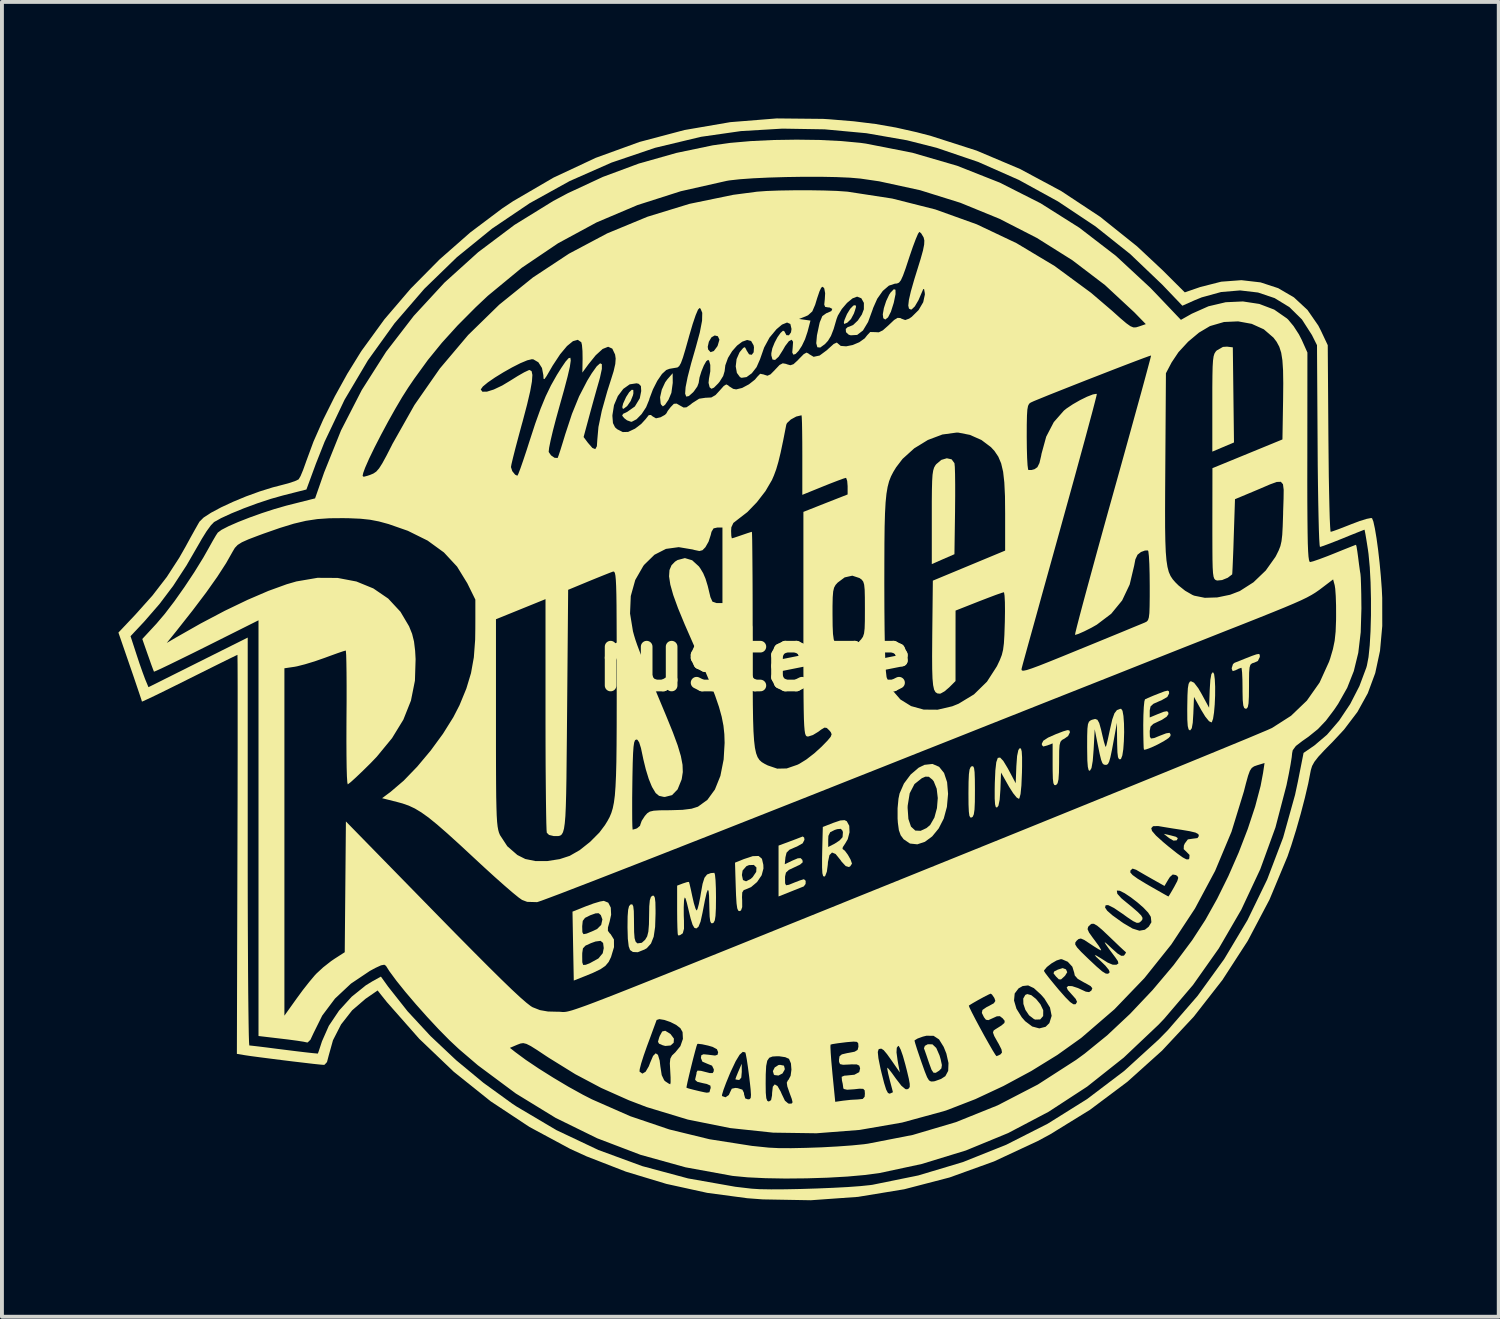
<source format=kicad_pcb>
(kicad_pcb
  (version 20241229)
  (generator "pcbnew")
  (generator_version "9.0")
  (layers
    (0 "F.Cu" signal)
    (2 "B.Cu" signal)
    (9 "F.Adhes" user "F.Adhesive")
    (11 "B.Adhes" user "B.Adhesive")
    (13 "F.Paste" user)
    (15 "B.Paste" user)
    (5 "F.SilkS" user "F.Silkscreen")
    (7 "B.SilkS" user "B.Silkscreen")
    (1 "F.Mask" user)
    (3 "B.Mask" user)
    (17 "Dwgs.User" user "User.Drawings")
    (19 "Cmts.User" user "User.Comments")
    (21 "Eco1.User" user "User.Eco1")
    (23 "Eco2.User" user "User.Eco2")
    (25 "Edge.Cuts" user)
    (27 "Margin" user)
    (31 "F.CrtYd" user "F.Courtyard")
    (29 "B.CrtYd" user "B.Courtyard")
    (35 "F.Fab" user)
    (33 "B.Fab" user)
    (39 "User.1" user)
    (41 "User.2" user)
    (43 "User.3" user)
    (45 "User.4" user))
  (footprint "rusteze"
    (layer "F.Cu")
    (at 16.391 13.927)
    (property "Reference" "rusteze" (at 0 0 0) (layer "F.SilkS") (effects (font (size 1.5 1.5) (thickness 0.3))))
    (attr board_only exclude_from_pos_files exclude_from_bom)
    (fp_poly (pts (xy 10.699 4.536) (xy 10.843 4.574) (xy 10.894 4.61) (xy 10.871 4.658) (xy 10.862 4.667) (xy 10.782 4.674) (xy 10.671 4.609) (xy 10.532 4.499)) (stroke (width 0) (type solid)) (fill yes) (layer "F.SilkS"))
    (fp_poly (pts (xy -0.336 10.63) (xy -0.349 10.778) (xy -0.399 10.836) (xy -0.417 10.838) (xy -0.491 10.826) (xy -0.5 10.817) (xy -0.48 10.757) (xy -0.431 10.636) (xy -0.419 10.608) (xy -0.338 10.421)) (stroke (width 0) (type solid)) (fill yes) (layer "F.SilkS"))
    (fp_poly (pts (xy 0.75 10.469) (xy 0.771 10.548) (xy 0.768 10.574) (xy 0.712 10.671) (xy 0.609 10.724) (xy 0.507 10.712) (xy 0.49 10.698) (xy 0.465 10.61) (xy 0.513 10.515) (xy 0.609 10.454) (xy 0.65 10.449)) (stroke (width 0) (type solid)) (fill yes) (layer "F.SilkS"))
    (fp_poly (pts (xy -3.13 -6.933) (xy -3.128 -6.846) (xy -3.139 -6.795) (xy -3.199 -6.647) (xy -3.287 -6.52) (xy -3.377 -6.451) (xy -3.398 -6.447) (xy -3.414 -6.491) (xy -3.392 -6.583) (xy -3.315 -6.752) (xy -3.236 -6.875) (xy -3.17 -6.938)) (stroke (width 0) (type solid)) (fill yes) (layer "F.SilkS"))
    (fp_poly (pts (xy -2.114 -7.114) (xy -2.149 -6.859) (xy -2.223 -6.683) (xy -2.312 -6.551) (xy -2.369 -6.51) (xy -2.412 -6.554) (xy -2.426 -6.587) (xy -2.44 -6.745) (xy -2.396 -6.942) (xy -2.308 -7.132) (xy -2.25 -7.211) (xy -2.116 -7.364)) (stroke (width 0) (type solid)) (fill yes) (layer "F.SilkS"))
    (fp_poly (pts (xy 8.009 7.987) (xy 8.017 7.995) (xy 8.046 8.063) (xy 7.991 8.152) (xy 7.97 8.173) (xy 7.886 8.249) (xy 7.829 8.246) (xy 7.757 8.174) (xy 7.693 8.092) (xy 7.71 8.044) (xy 7.804 7.996) (xy 7.929 7.957)) (stroke (width 0) (type solid)) (fill yes) (layer "F.SilkS"))
    (fp_poly (pts (xy -2.187 9.644) (xy -2.17 9.657) (xy -2.084 9.773) (xy -2.09 9.879) (xy -2.17 9.95) (xy -2.306 9.962) (xy -2.376 9.943) (xy -2.468 9.903) (xy -2.494 9.853) (xy -2.466 9.752) (xy -2.447 9.702) (xy -2.385 9.589) (xy -2.307 9.571)) (stroke (width 0) (type solid)) (fill yes) (layer "F.SilkS"))
    (fp_poly (pts (xy 2.601 -9.109) (xy 2.606 -9.072) (xy 2.577 -8.974) (xy 2.551 -8.9) (xy 2.476 -8.759) (xy 2.38 -8.665) (xy 2.379 -8.665) (xy 2.301 -8.633) (xy 2.293 -8.676) (xy 2.309 -8.735) (xy 2.374 -8.889) (xy 2.457 -9.024) (xy 2.536 -9.105) (xy 2.563 -9.115)) (stroke (width 0) (type solid)) (fill yes) (layer "F.SilkS"))
    (fp_poly (pts (xy 3.623 -9.514) (xy 3.624 -9.401) (xy 3.582 -9.195) (xy 3.576 -9.171) (xy 3.505 -8.948) (xy 3.431 -8.803) (xy 3.36 -8.747) (xy 3.308 -8.781) (xy 3.296 -8.882) (xy 3.324 -9.042) (xy 3.383 -9.224) (xy 3.46 -9.387) (xy 3.497 -9.443) (xy 3.58 -9.528)) (stroke (width 0) (type solid)) (fill yes) (layer "F.SilkS"))
    (fp_poly (pts (xy 7.12 8.654) (xy 7.243 8.752) (xy 7.355 8.889) (xy 7.425 9.035) (xy 7.428 9.046) (xy 7.426 9.192) (xy 7.35 9.279) (xy 7.224 9.283) (xy 7.189 9.27) (xy 7.063 9.173) (xy 6.969 9.033) (xy 6.917 8.88) (xy 6.913 8.741) (xy 6.967 8.647) (xy 7.017 8.626)) (stroke (width 0) (type solid)) (fill yes) (layer "F.SilkS"))
    (fp_poly (pts (xy 12.311 -8.031) (xy 12.326 -6.806) (xy 12.341 -5.581) (xy 12.062 -5.463) (xy 11.783 -5.345) (xy 11.783 -6.591) (xy 11.783 -6.995) (xy 11.786 -7.304) (xy 11.791 -7.53) (xy 11.801 -7.69) (xy 11.816 -7.799) (xy 11.838 -7.87) (xy 11.868 -7.919) (xy 11.897 -7.951) (xy 12.057 -8.042) (xy 12.161 -8.049)) (stroke (width 0) (type solid)) (fill yes) (layer "F.SilkS"))
    (fp_poly (pts (xy 4.574 9.92) (xy 4.673 10.014) (xy 4.758 10.208) (xy 4.786 10.305) (xy 4.818 10.454) (xy 4.805 10.54) (xy 4.747 10.599) (xy 4.66 10.654) (xy 4.602 10.651) (xy 4.552 10.577) (xy 4.492 10.414) (xy 4.48 10.38) (xy 4.421 10.205) (xy 4.374 10.071) (xy 4.356 10.023) (xy 4.38 9.959) (xy 4.453 9.919)) (stroke (width 0) (type solid)) (fill yes) (layer "F.SilkS"))
    (fp_poly (pts (xy 5.622 2.759) (xy 5.646 2.804) (xy 5.66 2.91) (xy 5.667 3.093) (xy 5.669 3.371) (xy 5.669 3.386) (xy 5.667 3.677) (xy 5.658 3.874) (xy 5.64 3.996) (xy 5.612 4.059) (xy 5.586 4.077) (xy 5.55 4.077) (xy 5.526 4.032) (xy 5.512 3.926) (xy 5.504 3.743) (xy 5.502 3.466) (xy 5.502 3.45) (xy 5.505 3.159) (xy 5.514 2.962) (xy 5.531 2.841) (xy 5.56 2.777) (xy 5.586 2.759)) (stroke (width 0) (type solid)) (fill yes) (layer "F.SilkS"))
    (fp_poly (pts (xy 5.069 -5.146) (xy 5.141 -5.048) (xy 5.142 -5.044) (xy 5.151 -4.951) (xy 5.157 -4.767) (xy 5.16 -4.51) (xy 5.16 -4.199) (xy 5.157 -3.855) (xy 5.157 -3.811) (xy 5.141 -2.703) (xy 4.849 -2.576) (xy 4.558 -2.448) (xy 4.558 -3.662) (xy 4.558 -4.061) (xy 4.561 -4.365) (xy 4.567 -4.589) (xy 4.577 -4.748) (xy 4.594 -4.858) (xy 4.617 -4.934) (xy 4.649 -4.991) (xy 4.673 -5.022) (xy 4.803 -5.132) (xy 4.945 -5.174)) (stroke (width 0) (type solid)) (fill yes) (layer "F.SilkS"))
    (fp_poly (pts (xy 8.101 1.835) (xy 8.115 1.877) (xy 8.115 1.886) (xy 8.069 1.979) (xy 7.976 2.046) (xy 7.912 2.081) (xy 7.872 2.128) (xy 7.849 2.213) (xy 7.839 2.357) (xy 7.837 2.582) (xy 7.837 2.661) (xy 7.833 2.925) (xy 7.821 3.097) (xy 7.798 3.196) (xy 7.761 3.24) (xy 7.753 3.244) (xy 7.715 3.243) (xy 7.69 3.195) (xy 7.676 3.081) (xy 7.671 2.884) (xy 7.67 2.723) (xy 7.67 2.17) (xy 7.531 2.223) (xy 7.429 2.25) (xy 7.394 2.212) (xy 7.392 2.176) (xy 7.43 2.101) (xy 7.552 2.021) (xy 7.753 1.932) (xy 7.943 1.859) (xy 8.051 1.828)) (stroke (width 0) (type solid)) (fill yes) (layer "F.SilkS"))
    (fp_poly (pts (xy 6.855 2.305) (xy 6.874 2.378) (xy 6.883 2.526) (xy 6.883 2.762) (xy 6.88 2.922) (xy 6.866 3.252) (xy 6.844 3.473) (xy 6.814 3.584) (xy 6.8 3.597) (xy 6.743 3.563) (xy 6.654 3.453) (xy 6.55 3.29) (xy 6.538 3.269) (xy 6.341 2.92) (xy 6.325 3.359) (xy 6.306 3.621) (xy 6.274 3.775) (xy 6.237 3.822) (xy 6.206 3.809) (xy 6.187 3.736) (xy 6.178 3.589) (xy 6.178 3.352) (xy 6.181 3.187) (xy 6.195 2.866) (xy 6.219 2.653) (xy 6.258 2.543) (xy 6.317 2.534) (xy 6.399 2.62) (xy 6.508 2.8) (xy 6.542 2.862) (xy 6.719 3.196) (xy 6.736 2.756) (xy 6.755 2.494) (xy 6.788 2.339) (xy 6.824 2.292)) (stroke (width 0) (type solid)) (fill yes) (layer "F.SilkS"))
    (fp_poly (pts (xy 13.003 -0.119) (xy 13.006 -0.083) (xy 13.006 -0.056) (xy 12.956 0.047) (xy 12.867 0.088) (xy 12.805 0.108) (xy 12.764 0.144) (xy 12.742 0.216) (xy 12.731 0.347) (xy 12.728 0.558) (xy 12.728 0.701) (xy 12.725 0.966) (xy 12.716 1.138) (xy 12.697 1.234) (xy 12.665 1.274) (xy 12.644 1.278) (xy 12.605 1.259) (xy 12.58 1.19) (xy 12.566 1.052) (xy 12.561 0.827) (xy 12.561 0.75) (xy 12.558 0.523) (xy 12.55 0.345) (xy 12.538 0.24) (xy 12.53 0.222) (xy 12.461 0.246) (xy 12.391 0.28) (xy 12.308 0.308) (xy 12.284 0.253) (xy 12.283 0.23) (xy 12.315 0.128) (xy 12.353 0.095) (xy 12.623 -0.013) (xy 12.806 -0.085) (xy 12.919 -0.124) (xy 12.979 -0.134)) (stroke (width 0) (type solid)) (fill yes) (layer "F.SilkS"))
    (fp_poly (pts (xy 0.183 5.141) (xy 0.219 5.296) (xy 0.222 5.392) (xy 0.176 5.565) (xy 0.059 5.738) (xy -0.097 5.871) (xy -0.198 5.915) (xy -0.285 5.947) (xy -0.324 6.008) (xy -0.33 6.132) (xy -0.326 6.213) (xy -0.325 6.385) (xy -0.355 6.471) (xy -0.391 6.49) (xy -0.427 6.478) (xy -0.453 6.417) (xy -0.471 6.289) (xy -0.484 6.077) (xy -0.491 5.873) (xy -0.501 5.56) (xy -0.333 5.56) (xy -0.305 5.689) (xy -0.225 5.722) (xy -0.105 5.659) (xy -0.056 5.614) (xy 0.036 5.478) (xy 0.042 5.366) (xy -0.025 5.3) (xy -0.15 5.304) (xy -0.218 5.333) (xy -0.315 5.444) (xy -0.333 5.56) (xy -0.501 5.56) (xy -0.51 5.241) (xy -0.282 5.149) (xy -0.054 5.074) (xy 0.097 5.069)) (stroke (width 0) (type solid)) (fill yes) (layer "F.SilkS"))
    (fp_poly (pts (xy 11.829 0.384) (xy 11.847 0.519) (xy 11.856 0.712) (xy 11.855 0.936) (xy 11.845 1.166) (xy 11.827 1.374) (xy 11.802 1.535) (xy 11.771 1.622) (xy 11.762 1.629) (xy 11.698 1.598) (xy 11.602 1.48) (xy 11.501 1.315) (xy 11.311 0.973) (xy 11.294 1.403) (xy 11.279 1.64) (xy 11.254 1.779) (xy 11.215 1.832) (xy 11.205 1.834) (xy 11.172 1.809) (xy 11.15 1.722) (xy 11.139 1.559) (xy 11.137 1.305) (xy 11.138 1.21) (xy 11.143 0.932) (xy 11.153 0.748) (xy 11.172 0.637) (xy 11.201 0.583) (xy 11.232 0.568) (xy 11.313 0.607) (xy 11.423 0.751) (xy 11.51 0.901) (xy 11.7 1.251) (xy 11.716 0.792) (xy 11.732 0.535) (xy 11.759 0.383) (xy 11.799 0.333) (xy 11.799 0.333)) (stroke (width 0) (type solid)) (fill yes) (layer "F.SilkS"))
    (fp_poly (pts (xy -2.6 6.094) (xy -2.575 6.145) (xy -2.561 6.265) (xy -2.557 6.473) (xy -2.557 6.552) (xy -2.568 6.897) (xy -2.605 7.149) (xy -2.674 7.324) (xy -2.778 7.44) (xy -2.838 7.477) (xy -3.015 7.548) (xy -3.141 7.542) (xy -3.213 7.492) (xy -3.248 7.397) (xy -3.271 7.201) (xy -3.279 6.914) (xy -3.279 6.887) (xy -3.276 6.626) (xy -3.263 6.456) (xy -3.239 6.36) (xy -3.2 6.318) (xy -3.196 6.316) (xy -3.156 6.316) (xy -3.131 6.367) (xy -3.117 6.486) (xy -3.113 6.692) (xy -3.112 6.784) (xy -3.109 7.03) (xy -3.097 7.186) (xy -3.071 7.274) (xy -3.03 7.316) (xy -3.02 7.32) (xy -2.911 7.305) (xy -2.826 7.228) (xy -2.773 7.14) (xy -2.742 7.017) (xy -2.727 6.832) (xy -2.723 6.614) (xy -2.719 6.366) (xy -2.704 6.209) (xy -2.676 6.124) (xy -2.64 6.094)) (stroke (width 0) (type solid)) (fill yes) (layer "F.SilkS"))
    (fp_poly (pts (xy 1.271 4.596) (xy 1.278 4.653) (xy 1.232 4.743) (xy 1.087 4.825) (xy 1.042 4.843) (xy 0.891 4.909) (xy 0.817 4.984) (xy 0.789 5.1) (xy 0.788 5.105) (xy 0.771 5.282) (xy 0.972 5.186) (xy 1.107 5.129) (xy 1.18 5.125) (xy 1.225 5.171) (xy 1.234 5.231) (xy 1.166 5.291) (xy 1.027 5.357) (xy 0.876 5.428) (xy 0.802 5.497) (xy 0.779 5.596) (xy 0.778 5.648) (xy 0.78 5.773) (xy 0.804 5.823) (xy 0.878 5.811) (xy 1.02 5.753) (xy 1.16 5.699) (xy 1.256 5.67) (xy 1.267 5.669) (xy 1.31 5.709) (xy 1.307 5.79) (xy 1.261 5.853) (xy 1.255 5.855) (xy 1.173 5.888) (xy 1.025 5.947) (xy 0.903 5.996) (xy 0.611 6.112) (xy 0.611 5.457) (xy 0.611 4.802) (xy 0.902 4.694) (xy 1.069 4.631) (xy 1.193 4.583) (xy 1.235 4.567)) (stroke (width 0) (type solid)) (fill yes) (layer "F.SilkS"))
    (fp_poly (pts (xy 4.747 2.773) (xy 4.874 2.932) (xy 4.952 3.168) (xy 4.977 3.47) (xy 4.947 3.805) (xy 4.866 4.105) (xy 4.735 4.361) (xy 4.568 4.565) (xy 4.381 4.704) (xy 4.185 4.769) (xy 3.996 4.749) (xy 3.832 4.638) (xy 3.756 4.535) (xy 3.71 4.405) (xy 3.684 4.213) (xy 3.677 4.107) (xy 3.677 3.845) (xy 3.678 3.829) (xy 3.935 3.829) (xy 3.955 4.116) (xy 4.022 4.313) (xy 4.133 4.415) (xy 4.27 4.421) (xy 4.421 4.351) (xy 4.515 4.272) (xy 4.625 4.08) (xy 4.691 3.836) (xy 4.712 3.577) (xy 4.684 3.336) (xy 4.608 3.147) (xy 4.57 3.1) (xy 4.479 3.028) (xy 4.391 3.027) (xy 4.303 3.065) (xy 4.112 3.217) (xy 3.989 3.454) (xy 3.937 3.773) (xy 3.935 3.829) (xy 3.678 3.829) (xy 3.7 3.594) (xy 3.728 3.46) (xy 3.84 3.204) (xy 4.013 2.972) (xy 4.22 2.795) (xy 4.369 2.722) (xy 4.576 2.699)) (stroke (width 0) (type solid)) (fill yes) (layer "F.SilkS"))
    (fp_poly (pts (xy 10.666 0.829) (xy 10.671 0.883) (xy 10.624 0.973) (xy 10.475 1.059) (xy 10.421 1.081) (xy 10.267 1.149) (xy 10.193 1.216) (xy 10.172 1.312) (xy 10.171 1.339) (xy 10.171 1.502) (xy 10.372 1.418) (xy 10.533 1.355) (xy 10.618 1.34) (xy 10.649 1.372) (xy 10.653 1.416) (xy 10.606 1.483) (xy 10.486 1.562) (xy 10.412 1.596) (xy 10.263 1.667) (xy 10.192 1.737) (xy 10.172 1.841) (xy 10.171 1.876) (xy 10.175 1.996) (xy 10.203 2.044) (xy 10.284 2.032) (xy 10.43 1.973) (xy 10.594 1.91) (xy 10.68 1.897) (xy 10.707 1.934) (xy 10.704 1.98) (xy 10.652 2.035) (xy 10.531 2.114) (xy 10.372 2.2) (xy 10.209 2.276) (xy 10.075 2.325) (xy 10.023 2.334) (xy 10.015 2.282) (xy 10.01 2.141) (xy 10.006 1.933) (xy 10.004 1.698) (xy 10.008 1.444) (xy 10.018 1.233) (xy 10.033 1.089) (xy 10.049 1.035) (xy 10.122 1.001) (xy 10.263 0.941) (xy 10.382 0.894) (xy 10.546 0.831) (xy 10.633 0.81)) (stroke (width 0) (type solid)) (fill yes) (layer "F.SilkS"))
    (fp_poly (pts (xy 2.368 4.174) (xy 2.432 4.291) (xy 2.439 4.459) (xy 2.393 4.637) (xy 2.33 4.745) (xy 2.266 4.842) (xy 2.258 4.89) (xy 2.263 4.891) (xy 2.32 4.935) (xy 2.396 5.038) (xy 2.465 5.16) (xy 2.5 5.258) (xy 2.501 5.269) (xy 2.457 5.335) (xy 2.423 5.354) (xy 2.34 5.329) (xy 2.233 5.213) (xy 2.201 5.167) (xy 2.081 5.019) (xy 1.988 4.98) (xy 1.922 5.047) (xy 1.884 5.223) (xy 1.879 5.295) (xy 1.855 5.474) (xy 1.813 5.583) (xy 1.791 5.601) (xy 1.76 5.588) (xy 1.74 5.514) (xy 1.732 5.366) (xy 1.732 5.129) (xy 1.735 4.973) (xy 1.738 4.838) (xy 1.89 4.838) (xy 2.059 4.751) (xy 2.184 4.668) (xy 2.258 4.587) (xy 2.26 4.582) (xy 2.269 4.459) (xy 2.259 4.421) (xy 2.216 4.37) (xy 2.123 4.378) (xy 2.059 4.398) (xy 1.941 4.457) (xy 1.895 4.551) (xy 1.89 4.648) (xy 1.89 4.838) (xy 1.738 4.838) (xy 1.751 4.322) (xy 2.021 4.216) (xy 2.2 4.155) (xy 2.31 4.146)) (stroke (width 0) (type solid)) (fill yes) (layer "F.SilkS"))
    (fp_poly (pts (xy -3.775 6.272) (xy -3.71 6.399) (xy -3.701 6.583) (xy -3.74 6.76) (xy -3.783 6.91) (xy -3.784 6.997) (xy -3.737 7.061) (xy -3.715 7.081) (xy -3.629 7.219) (xy -3.627 7.417) (xy -3.703 7.671) (xy -3.765 7.799) (xy -3.849 7.899) (xy -3.977 7.987) (xy -4.17 8.08) (xy -4.383 8.167) (xy -4.663 8.278) (xy -4.675 7.648) (xy -4.446 7.648) (xy -4.444 7.808) (xy -4.421 7.876) (xy -4.354 7.872) (xy -4.241 7.826) (xy -4.029 7.709) (xy -3.917 7.574) (xy -3.891 7.442) (xy -3.908 7.309) (xy -3.973 7.255) (xy -4.103 7.272) (xy -4.22 7.314) (xy -4.361 7.378) (xy -4.427 7.449) (xy -4.445 7.569) (xy -4.446 7.648) (xy -4.675 7.648) (xy -4.68 7.391) (xy -4.689 6.896) (xy -4.446 6.896) (xy -4.442 7.033) (xy -4.413 7.083) (xy -4.339 7.07) (xy -4.304 7.057) (xy -4.156 6.995) (xy -4.061 6.949) (xy -3.957 6.844) (xy -3.926 6.703) (xy -3.966 6.593) (xy -4.02 6.545) (xy -4.098 6.546) (xy -4.236 6.595) (xy -4.238 6.596) (xy -4.373 6.663) (xy -4.432 6.741) (xy -4.446 6.876) (xy -4.446 6.896) (xy -4.689 6.896) (xy -4.696 6.503) (xy -4.349 6.364) (xy -4.153 6.292) (xy -3.985 6.242) (xy -3.889 6.225)) (stroke (width 0) (type solid)) (fill yes) (layer "F.SilkS"))
    (fp_poly (pts (xy 9.47 1.33) (xy 9.494 1.464) (xy 9.508 1.657) (xy 9.512 1.881) (xy 9.505 2.111) (xy 9.49 2.32) (xy 9.465 2.481) (xy 9.431 2.569) (xy 9.421 2.577) (xy 9.38 2.576) (xy 9.354 2.524) (xy 9.339 2.401) (xy 9.332 2.191) (xy 9.331 2.124) (xy 9.325 1.64) (xy 9.25 2.056) (xy 9.198 2.337) (xy 9.158 2.527) (xy 9.125 2.642) (xy 9.094 2.701) (xy 9.057 2.722) (xy 9.037 2.723) (xy 8.989 2.716) (xy 8.952 2.679) (xy 8.919 2.593) (xy 8.881 2.437) (xy 8.831 2.195) (xy 8.754 1.806) (xy 8.726 2.33) (xy 8.703 2.622) (xy 8.671 2.805) (xy 8.629 2.876) (xy 8.629 2.876) (xy 8.598 2.86) (xy 8.577 2.776) (xy 8.564 2.611) (xy 8.56 2.354) (xy 8.559 2.254) (xy 8.56 1.977) (xy 8.566 1.791) (xy 8.58 1.676) (xy 8.606 1.611) (xy 8.648 1.577) (xy 8.684 1.561) (xy 8.766 1.54) (xy 8.824 1.562) (xy 8.87 1.645) (xy 8.916 1.808) (xy 8.951 1.96) (xy 8.991 2.126) (xy 9.024 2.235) (xy 9.04 2.261) (xy 9.059 2.202) (xy 9.093 2.061) (xy 9.135 1.866) (xy 9.149 1.803) (xy 9.206 1.553) (xy 9.262 1.395) (xy 9.327 1.311) (xy 9.41 1.28) (xy 9.435 1.279)) (stroke (width 0) (type solid)) (fill yes) (layer "F.SilkS"))
    (fp_poly (pts (xy -1.026 5.555) (xy -1.012 5.695) (xy -1.003 5.903) (xy -1 6.136) (xy -1.003 6.42) (xy -1.013 6.611) (xy -1.031 6.728) (xy -1.061 6.786) (xy -1.084 6.801) (xy -1.124 6.8) (xy -1.149 6.749) (xy -1.164 6.63) (xy -1.171 6.424) (xy -1.173 6.32) (xy -1.179 6.094) (xy -1.191 5.967) (xy -1.211 5.942) (xy -1.242 6.019) (xy -1.284 6.203) (xy -1.34 6.493) (xy -1.347 6.53) (xy -1.398 6.761) (xy -1.452 6.893) (xy -1.506 6.936) (xy -1.557 6.92) (xy -1.603 6.841) (xy -1.653 6.681) (xy -1.699 6.491) (xy -1.75 6.278) (xy -1.784 6.163) (xy -1.806 6.137) (xy -1.82 6.191) (xy -1.824 6.222) (xy -1.831 6.389) (xy -1.83 6.606) (xy -1.825 6.736) (xy -1.824 6.943) (xy -1.856 7.061) (xy -1.929 7.11) (xy -1.978 7.114) (xy -1.987 7.062) (xy -1.994 6.921) (xy -1.999 6.713) (xy -2.001 6.474) (xy -2.001 5.833) (xy -1.854 5.777) (xy -1.745 5.742) (xy -1.696 5.737) (xy -1.68 5.795) (xy -1.648 5.932) (xy -1.612 6.102) (xy -1.57 6.285) (xy -1.529 6.421) (xy -1.501 6.475) (xy -1.476 6.435) (xy -1.442 6.309) (xy -1.404 6.12) (xy -1.39 6.033) (xy -1.346 5.787) (xy -1.297 5.631) (xy -1.23 5.546) (xy -1.133 5.51) (xy -1.042 5.503)) (stroke (width 0) (type solid)) (fill yes) (layer "F.SilkS"))
    (fp_poly (pts (xy 1.761 -13.915) (xy 1.919 -13.905) (xy 2.548 -13.853) (xy 3.107 -13.784) (xy 3.634 -13.692) (xy 4.171 -13.571) (xy 4.538 -13.475) (xy 5.712 -13.098) (xy 6.83 -12.625) (xy 7.891 -12.056) (xy 8.896 -11.392) (xy 9.845 -10.632) (xy 10.498 -10.021) (xy 11.074 -9.447) (xy 11.471 -9.584) (xy 12.012 -9.722) (xy 12.533 -9.761) (xy 13.026 -9.704) (xy 13.48 -9.555) (xy 13.885 -9.318) (xy 14.233 -8.995) (xy 14.513 -8.591) (xy 14.579 -8.462) (xy 14.756 -8.087) (xy 14.773 -5.683) (xy 14.778 -5.178) (xy 14.783 -4.709) (xy 14.791 -4.288) (xy 14.799 -3.925) (xy 14.807 -3.632) (xy 14.817 -3.421) (xy 14.826 -3.302) (xy 14.832 -3.279) (xy 14.899 -3.299) (xy 15.043 -3.351) (xy 15.241 -3.428) (xy 15.365 -3.477) (xy 15.58 -3.558) (xy 15.757 -3.613) (xy 15.87 -3.635) (xy 15.897 -3.63) (xy 15.931 -3.543) (xy 15.97 -3.365) (xy 16.012 -3.116) (xy 16.053 -2.816) (xy 16.091 -2.484) (xy 16.123 -2.141) (xy 16.148 -1.806) (xy 16.159 -1.577) (xy 16.16 -0.854) (xy 16.102 -0.214) (xy 15.979 0.359) (xy 15.787 0.878) (xy 15.521 1.359) (xy 15.175 1.815) (xy 14.889 2.122) (xy 14.667 2.348) (xy 14.512 2.515) (xy 14.412 2.644) (xy 14.353 2.751) (xy 14.321 2.855) (xy 14.312 2.9) (xy 14.254 3.2) (xy 14.167 3.571) (xy 14.06 3.982) (xy 13.941 4.399) (xy 13.819 4.79) (xy 13.72 5.08) (xy 13.256 6.192) (xy 12.695 7.256) (xy 12.043 8.263) (xy 11.305 9.208) (xy 10.487 10.084) (xy 9.594 10.886) (xy 8.633 11.606) (xy 7.608 12.238) (xy 7.281 12.414) (xy 6.161 12.936) (xy 5.017 13.349) (xy 3.849 13.653) (xy 2.657 13.849) (xy 1.443 13.936) (xy 0.206 13.914) (xy -0.195 13.884) (xy -1.225 13.746) (xy -2.277 13.515) (xy -3.322 13.199) (xy -4.333 12.806) (xy -4.752 12.615) (xy -5.804 12.049) (xy -6.806 11.386) (xy -7.754 10.627) (xy -8.645 9.776) (xy -9.474 8.836) (xy -9.606 8.671) (xy -9.715 8.533) (xy -10.027 8.748) (xy -10.371 9.044) (xy -10.657 9.409) (xy -10.865 9.815) (xy -10.976 10.213) (xy -11.019 10.377) (xy -11.081 10.445) (xy -11.107 10.449) (xy -11.192 10.442) (xy -11.365 10.424) (xy -11.603 10.396) (xy -11.884 10.363) (xy -12.184 10.326) (xy -12.482 10.288) (xy -12.755 10.253) (xy -12.981 10.223) (xy -13.136 10.2) (xy -13.159 10.196) (xy -13.34 10.166) (xy -13.326 5.027) (xy -13.324 4.282) (xy -13.322 3.569) (xy -13.321 2.897) (xy -13.32 2.272) (xy -13.32 1.703) (xy -13.32 1.197) (xy -13.32 0.763) (xy -13.321 0.407) (xy -13.322 0.138) (xy -13.324 -0.037) (xy -13.325 -0.11) (xy -13.326 -0.111) (xy -13.377 -0.087) (xy -13.515 -0.02) (xy -13.724 0.083) (xy -13.992 0.216) (xy -14.305 0.372) (xy -14.562 0.5) (xy -14.899 0.668) (xy -15.2 0.817) (xy -15.452 0.94) (xy -15.642 1.03) (xy -15.757 1.083) (xy -15.785 1.093) (xy -15.802 1.036) (xy -15.85 0.893) (xy -15.922 0.68) (xy -16.012 0.414) (xy -16.088 0.194) (xy -16.359 -0.592) (xy -16.079 -0.592) (xy -15.926 -0.123) (xy -15.847 0.116) (xy -15.769 0.337) (xy -15.708 0.502) (xy -15.695 0.535) (xy -15.617 0.722) (xy -14.339 0.083) (xy -13.061 -0.556) (xy -13.061 4.696) (xy -13.061 5.45) (xy -13.06 6.171) (xy -13.058 6.853) (xy -13.055 7.486) (xy -13.052 8.064) (xy -13.048 8.58) (xy -13.043 9.025) (xy -13.038 9.391) (xy -13.033 9.671) (xy -13.027 9.858) (xy -13.021 9.944) (xy -13.02 9.949) (xy -12.953 9.956) (xy -12.796 9.974) (xy -12.568 10.002) (xy -12.29 10.038) (xy -12.12 10.059) (xy -11.826 10.096) (xy -11.574 10.126) (xy -11.384 10.147) (xy -11.273 10.157) (xy -11.254 10.157) (xy -11.233 10.101) (xy -11.19 9.971) (xy -11.148 9.842) (xy -10.972 9.444) (xy -10.709 9.052) (xy -10.384 8.695) (xy -10.019 8.401) (xy -9.851 8.298) (xy -9.63 8.176) (xy -9.443 8.437) (xy -8.943 9.07) (xy -8.353 9.707) (xy -7.695 10.327) (xy -6.988 10.913) (xy -6.253 11.445) (xy -6.142 11.519) (xy -5.112 12.129) (xy -4.029 12.642) (xy -2.896 13.058) (xy -1.719 13.374) (xy -0.502 13.589) (xy -0.083 13.638) (xy 0.125 13.651) (xy 0.421 13.656) (xy 0.782 13.654) (xy 1.182 13.646) (xy 1.6 13.633) (xy 2.011 13.616) (xy 2.392 13.596) (xy 2.719 13.572) (xy 2.97 13.546) (xy 3.029 13.538) (xy 4.211 13.297) (xy 5.362 12.952) (xy 6.475 12.507) (xy 7.543 11.965) (xy 8.558 11.33) (xy 9.513 10.606) (xy 10.4 9.798) (xy 10.636 9.557) (xy 11.402 8.674) (xy 12.088 7.726) (xy 12.688 6.722) (xy 13.196 5.675) (xy 13.607 4.595) (xy 13.914 3.494) (xy 13.987 3.153) (xy 14.133 2.415) (xy 14.412 2.223) (xy 14.737 1.946) (xy 15.049 1.583) (xy 15.333 1.158) (xy 15.571 0.695) (xy 15.749 0.219) (xy 15.765 0.162) (xy 15.806 -0.053) (xy 15.837 -0.355) (xy 15.858 -0.722) (xy 15.869 -1.13) (xy 15.869 -1.556) (xy 15.859 -1.977) (xy 15.838 -2.369) (xy 15.806 -2.71) (xy 15.791 -2.821) (xy 15.756 -3.043) (xy 15.727 -3.217) (xy 15.707 -3.319) (xy 15.702 -3.335) (xy 15.65 -3.315) (xy 15.516 -3.262) (xy 15.323 -3.185) (xy 15.146 -3.112) (xy 14.917 -3.021) (xy 14.726 -2.948) (xy 14.597 -2.902) (xy 14.555 -2.89) (xy 14.546 -2.944) (xy 14.536 -3.098) (xy 14.527 -3.341) (xy 14.519 -3.663) (xy 14.511 -4.053) (xy 14.504 -4.499) (xy 14.498 -4.991) (xy 14.495 -5.489) (xy 14.479 -8.087) (xy 14.348 -8.349) (xy 14.092 -8.748) (xy 13.769 -9.066) (xy 13.388 -9.299) (xy 12.961 -9.443) (xy 12.498 -9.497) (xy 12.01 -9.456) (xy 11.509 -9.318) (xy 11.328 -9.244) (xy 11.012 -9.103) (xy 10.494 -9.645) (xy 9.67 -10.432) (xy 8.771 -11.148) (xy 7.81 -11.788) (xy 6.8 -12.343) (xy 5.753 -12.806) (xy 4.683 -13.17) (xy 3.918 -13.364) (xy 2.875 -13.546) (xy 1.797 -13.646) (xy 0.711 -13.664) (xy -0.355 -13.601) (xy -1.375 -13.455) (xy -1.405 -13.449) (xy -2.569 -13.17) (xy -3.692 -12.789) (xy -4.77 -12.313) (xy -5.796 -11.745) (xy -6.766 -11.09) (xy -7.673 -10.353) (xy -8.512 -9.539) (xy -9.278 -8.652) (xy -9.965 -7.697) (xy -10.568 -6.679) (xy -11.08 -5.602) (xy -11.305 -5.033) (xy -11.549 -4.37) (xy -12.159 -4.215) (xy -12.471 -4.127) (xy -12.815 -4.013) (xy -13.161 -3.885) (xy -13.482 -3.754) (xy -13.749 -3.631) (xy -13.928 -3.531) (xy -14.01 -3.446) (xy -14.123 -3.291) (xy -14.246 -3.093) (xy -14.289 -3.017) (xy -14.637 -2.415) (xy -14.978 -1.892) (xy -15.332 -1.422) (xy -15.718 -0.977) (xy -15.77 -0.921) (xy -16.079 -0.592) (xy -16.359 -0.592) (xy -16.391 -0.685) (xy -15.957 -1.144) (xy -15.515 -1.638) (xy -15.146 -2.116) (xy -14.825 -2.611) (xy -14.666 -2.89) (xy -14.54 -3.121) (xy -14.426 -3.326) (xy -14.339 -3.48) (xy -14.302 -3.543) (xy -14.198 -3.646) (xy -14.006 -3.771) (xy -13.746 -3.91) (xy -13.438 -4.053) (xy -13.101 -4.193) (xy -12.754 -4.319) (xy -12.418 -4.424) (xy -12.228 -4.473) (xy -12.019 -4.528) (xy -11.851 -4.583) (xy -11.755 -4.628) (xy -11.748 -4.634) (xy -11.7 -4.715) (xy -11.635 -4.871) (xy -11.564 -5.068) (xy -11.558 -5.086) (xy -11.368 -5.601) (xy -11.117 -6.17) (xy -10.821 -6.763) (xy -10.495 -7.352) (xy -10.152 -7.907) (xy -10.125 -7.948) (xy -9.539 -8.754) (xy -8.864 -9.543) (xy -8.12 -10.295) (xy -7.33 -10.989) (xy -6.514 -11.603) (xy -6.225 -11.796) (xy -5.184 -12.403) (xy -4.097 -12.912) (xy -2.97 -13.321) (xy -1.812 -13.628) (xy -0.632 -13.831) (xy 0.562 -13.927)) (stroke (width 0) (type solid)) (fill yes) (layer "F.SilkS"))
    (fp_poly (pts (xy 1.671 -13.372) (xy 2.228 -13.344) (xy 2.719 -13.298) (xy 2.862 -13.278) (xy 4.058 -13.043) (xy 5.209 -12.708) (xy 6.31 -12.273) (xy 7.361 -11.741) (xy 8.359 -11.111) (xy 9.3 -10.387) (xy 10.182 -9.569) (xy 10.347 -9.398) (xy 10.974 -8.739) (xy 11.254 -8.897) (xy 11.683 -9.088) (xy 12.128 -9.193) (xy 12.571 -9.213) (xy 12.993 -9.149) (xy 13.377 -9.003) (xy 13.705 -8.775) (xy 13.738 -8.744) (xy 13.875 -8.579) (xy 14.013 -8.366) (xy 14.087 -8.222) (xy 14.232 -7.898) (xy 14.23 -5.199) (xy 14.229 -4.567) (xy 14.23 -4.038) (xy 14.233 -3.604) (xy 14.237 -3.255) (xy 14.242 -2.984) (xy 14.25 -2.783) (xy 14.26 -2.642) (xy 14.273 -2.554) (xy 14.288 -2.51) (xy 14.302 -2.501) (xy 14.382 -2.521) (xy 14.54 -2.575) (xy 14.75 -2.654) (xy 14.923 -2.723) (xy 15.148 -2.814) (xy 15.331 -2.887) (xy 15.45 -2.934) (xy 15.484 -2.946) (xy 15.498 -2.896) (xy 15.519 -2.766) (xy 15.538 -2.626) (xy 15.563 -2.43) (xy 15.586 -2.266) (xy 15.598 -2.195) (xy 15.606 -2.101) (xy 15.613 -1.919) (xy 15.619 -1.674) (xy 15.622 -1.389) (xy 15.623 -1.306) (xy 15.605 -0.694) (xy 15.542 -0.163) (xy 15.427 0.307) (xy 15.257 0.738) (xy 15.023 1.152) (xy 14.919 1.306) (xy 14.709 1.584) (xy 14.503 1.801) (xy 14.259 1.998) (xy 14.103 2.107) (xy 13.935 2.236) (xy 13.854 2.346) (xy 13.839 2.42) (xy 13.828 2.525) (xy 13.798 2.713) (xy 13.753 2.956) (xy 13.697 3.229) (xy 13.696 3.237) (xy 13.409 4.334) (xy 13.018 5.41) (xy 12.529 6.453) (xy 11.949 7.451) (xy 11.285 8.392) (xy 10.542 9.263) (xy 10.397 9.415) (xy 9.502 10.262) (xy 8.559 11.01) (xy 7.567 11.657) (xy 6.526 12.205) (xy 5.436 12.654) (xy 4.295 13.003) (xy 3.219 13.234) (xy 2.842 13.285) (xy 2.384 13.326) (xy 1.871 13.355) (xy 1.33 13.372) (xy 0.789 13.377) (xy 0.275 13.368) (xy -0.185 13.346) (xy -0.563 13.31) (xy -0.584 13.307) (xy -1.784 13.088) (xy -2.943 12.766) (xy -4.058 12.341) (xy -5.13 11.815) (xy -6.155 11.187) (xy -7.133 10.46) (xy -7.616 10.047) (xy -7.655 10.011) (xy -6.308 10.011) (xy -6.169 10.121) (xy -5.901 10.319) (xy -5.563 10.546) (xy -5.184 10.784) (xy -4.796 11.015) (xy -4.427 11.219) (xy -4.196 11.337) (xy -3.207 11.772) (xy -2.204 12.112) (xy -1.167 12.365) (xy -0.076 12.536) (xy 0.361 12.581) (xy 0.607 12.593) (xy 0.935 12.595) (xy 1.316 12.587) (xy 1.723 12.573) (xy 2.127 12.551) (xy 2.5 12.524) (xy 2.812 12.493) (xy 2.918 12.478) (xy 4.067 12.254) (xy 5.181 11.924) (xy 6.256 11.491) (xy 7.289 10.956) (xy 8.275 10.321) (xy 8.495 10.16) (xy 9.076 9.688) (xy 9.666 9.134) (xy 10.243 8.524) (xy 10.784 7.883) (xy 11.266 7.236) (xy 11.603 6.717) (xy 11.907 6.173) (xy 12.197 5.586) (xy 12.463 4.978) (xy 12.696 4.373) (xy 12.887 3.794) (xy 13.027 3.264) (xy 13.09 2.93) (xy 13.128 2.675) (xy 12.94 2.732) (xy 12.858 2.761) (xy 12.798 2.803) (xy 12.75 2.876) (xy 12.704 3.002) (xy 12.649 3.2) (xy 12.595 3.41) (xy 12.277 4.445) (xy 11.855 5.453) (xy 11.336 6.423) (xy 10.727 7.348) (xy 10.034 8.215) (xy 9.263 9.017) (xy 8.421 9.743) (xy 8.393 9.765) (xy 7.793 10.193) (xy 7.118 10.609) (xy 6.403 10.994) (xy 5.68 11.332) (xy 4.984 11.602) (xy 4.863 11.643) (xy 3.794 11.935) (xy 2.698 12.125) (xy 1.587 12.211) (xy 0.471 12.195) (xy -0.637 12.077) (xy -1.726 11.858) (xy -2.784 11.537) (xy -3.244 11.361) (xy -3.489 11.252) (xy -0.846 11.252) (xy -0.754 11.284) (xy -0.67 11.226) (xy -0.637 11.154) (xy -0.593 11.063) (xy -0.501 11.043) (xy -0.441 11.049) (xy -0.321 11.088) (xy -0.279 11.173) (xy -0.278 11.206) (xy -0.247 11.313) (xy -0.176 11.338) (xy -0.132 11.332) (xy -0.106 11.3) (xy -0.099 11.224) (xy -0.108 11.084) (xy -0.124 10.935) (xy 0.279 10.935) (xy 0.282 11.167) (xy 0.295 11.308) (xy 0.322 11.377) (xy 0.361 11.394) (xy 0.419 11.357) (xy 0.443 11.235) (xy 0.445 11.172) (xy 0.463 11.011) (xy 0.513 10.952) (xy 0.584 10.994) (xy 0.666 11.137) (xy 0.692 11.199) (xy 0.775 11.371) (xy 0.861 11.444) (xy 0.894 11.449) (xy 0.953 11.444) (xy 0.972 11.411) (xy 0.951 11.325) (xy 0.895 11.173) (xy 0.837 11.005) (xy 0.823 10.907) (xy 0.852 10.848) (xy 0.868 10.833) (xy 0.922 10.73) (xy 0.943 10.572) (xy 0.93 10.411) (xy 0.881 10.297) (xy 0.878 10.293) (xy 0.783 10.251) (xy 0.629 10.228) (xy 0.579 10.227) (xy 0.456 10.234) (xy 0.372 10.266) (xy 0.32 10.342) (xy 0.292 10.479) (xy 0.281 10.696) (xy 0.279 10.935) (xy -0.124 10.935) (xy -0.133 10.86) (xy -0.146 10.748) (xy -0.178 10.504) (xy -0.208 10.303) (xy -0.233 10.171) (xy -0.245 10.129) (xy -0.31 10.114) (xy -0.391 10.187) (xy -0.493 10.355) (xy -0.62 10.623) (xy -0.649 10.69) (xy -0.74 10.912) (xy -0.808 11.095) (xy -0.844 11.216) (xy -0.846 11.252) (xy -3.489 11.252) (xy -3.953 11.045) (xy -3.965 11.039) (xy -1.76 11.039) (xy -1.7 11.059) (xy -1.573 11.092) (xy -1.424 11.128) (xy -1.296 11.156) (xy -1.237 11.166) (xy -1.172 11.156) (xy -1.167 11.148) (xy -1.15 11.083) (xy -1.136 11.043) (xy -1.145 10.983) (xy -1.238 10.941) (xy -1.334 10.921) (xy -1.482 10.885) (xy -1.537 10.836) (xy -1.532 10.8) (xy -1.503 10.678) (xy -1.501 10.643) (xy -1.476 10.597) (xy -1.385 10.603) (xy -1.32 10.62) (xy -1.163 10.66) (xy -1.085 10.661) (xy -1.059 10.616) (xy -1.056 10.565) (xy -1.102 10.47) (xy -1.223 10.421) (xy -1.351 10.366) (xy -1.389 10.271) (xy -1.377 10.2) (xy -1.32 10.176) (xy -1.188 10.189) (xy -1.167 10.192) (xy -1.024 10.209) (xy -0.96 10.189) (xy -0.945 10.125) (xy -0.945 10.123) (xy -0.976 10.046) (xy -1.084 9.988) (xy 1.947 9.988) (xy 1.954 10.137) (xy 1.97 10.354) (xy 1.994 10.618) (xy 1.999 10.675) (xy 2.071 11.401) (xy 2.272 11.372) (xy 2.468 11.35) (xy 2.654 11.34) (xy 2.779 11.327) (xy 2.828 11.271) (xy 2.835 11.192) (xy 2.829 11.106) (xy 2.792 11.067) (xy 2.695 11.063) (xy 2.557 11.078) (xy 2.377 11.09) (xy 2.29 11.07) (xy 2.278 11.044) (xy 2.264 10.939) (xy 2.244 10.852) (xy 2.237 10.757) (xy 2.307 10.727) (xy 2.342 10.726) (xy 2.566 10.703) (xy 2.689 10.636) (xy 2.712 10.539) (xy 2.689 10.468) (xy 2.626 10.438) (xy 2.493 10.436) (xy 2.432 10.44) (xy 2.272 10.447) (xy 2.195 10.43) (xy 2.17 10.374) (xy 2.168 10.318) (xy 2.181 10.229) (xy 2.241 10.179) (xy 2.376 10.147) (xy 2.418 10.14) (xy 2.532 10.118) (xy 3.167 10.118) (xy 3.183 10.278) (xy 3.235 10.536) (xy 3.263 10.654) (xy 3.33 10.918) (xy 3.383 11.087) (xy 3.429 11.173) (xy 3.473 11.192) (xy 3.478 11.19) (xy 3.548 11.159) (xy 3.556 11.152) (xy 3.543 11.098) (xy 3.509 10.969) (xy 3.475 10.841) (xy 3.434 10.673) (xy 3.412 10.556) (xy 3.411 10.521) (xy 3.448 10.554) (xy 3.529 10.658) (xy 3.636 10.807) (xy 3.775 10.987) (xy 3.879 11.074) (xy 3.923 11.079) (xy 3.967 11.056) (xy 3.99 11.016) (xy 3.99 10.939) (xy 3.966 10.805) (xy 3.916 10.595) (xy 3.874 10.432) (xy 3.814 10.219) (xy 3.757 10.057) (xy 3.711 9.969) (xy 3.695 9.959) (xy 3.656 10.008) (xy 3.649 10.128) (xy 3.677 10.334) (xy 3.692 10.421) (xy 3.735 10.644) (xy 3.536 10.356) (xy 3.406 10.174) (xy 3.319 10.07) (xy 3.257 10.031) (xy 3.203 10.04) (xy 3.187 10.05) (xy 3.167 10.118) (xy 2.532 10.118) (xy 2.573 10.109) (xy 2.647 10.064) (xy 2.668 9.985) (xy 2.668 9.968) (xy 2.663 9.894) (xy 2.63 9.857) (xy 2.545 9.85) (xy 2.381 9.863) (xy 2.32 9.87) (xy 2.136 9.893) (xy 2.002 9.914) (xy 1.95 9.928) (xy 1.947 9.988) (xy -1.084 9.988) (xy -1.085 9.987) (xy -1.202 9.953) (xy -1.357 9.919) (xy -1.46 9.907) (xy -1.481 9.911) (xy -1.502 9.969) (xy -1.54 10.106) (xy -1.589 10.293) (xy -1.642 10.505) (xy -1.692 10.712) (xy -1.733 10.889) (xy -1.757 11.006) (xy -1.76 11.039) (xy -3.965 11.039) (xy -4.623 10.69) (xy -4.733 10.622) (xy -2.97 10.622) (xy -2.896 10.675) (xy -2.813 10.626) (xy -2.73 10.485) (xy -2.697 10.397) (xy -2.621 10.219) (xy -2.553 10.151) (xy -2.495 10.191) (xy -2.451 10.339) (xy -2.433 10.489) (xy -2.398 10.714) (xy -2.334 10.847) (xy -2.305 10.874) (xy -2.215 10.933) (xy -2.178 10.949) (xy -2.169 10.899) (xy -2.17 10.767) (xy -2.179 10.604) (xy -2.189 10.41) (xy -2.177 10.291) (xy -2.134 10.209) (xy -2.049 10.128) (xy -1.917 9.967) (xy -1.868 9.826) (xy 4.113 9.826) (xy 4.13 9.892) (xy 4.176 10.039) (xy 4.244 10.24) (xy 4.293 10.383) (xy 4.377 10.619) (xy 4.437 10.768) (xy 4.486 10.849) (xy 4.538 10.878) (xy 4.604 10.875) (xy 4.637 10.869) (xy 4.796 10.812) (xy 4.907 10.74) (xy 4.98 10.604) (xy 4.988 10.402) (xy 4.933 10.157) (xy 4.864 9.986) (xy 4.744 9.793) (xy 4.603 9.701) (xy 4.419 9.699) (xy 4.327 9.722) (xy 4.192 9.771) (xy 4.118 9.816) (xy 4.113 9.826) (xy -1.868 9.826) (xy -1.852 9.781) (xy -1.861 9.605) (xy -1.917 9.505) (xy -2.025 9.421) (xy -2.174 9.346) (xy -2.33 9.292) (xy -2.459 9.271) (xy -2.528 9.293) (xy -2.531 9.298) (xy -2.559 9.375) (xy -2.617 9.532) (xy -2.695 9.746) (xy -2.778 9.969) (xy -2.863 10.211) (xy -2.928 10.416) (xy -2.965 10.561) (xy -2.97 10.622) (xy -4.733 10.622) (xy -5.303 10.269) (xy -5.369 10.226) (xy -5.605 10.069) (xy -5.769 9.966) (xy -5.882 9.909) (xy -5.964 9.889) (xy -6.035 9.899) (xy -6.117 9.93) (xy -6.119 9.931) (xy -6.308 10.011) (xy -7.655 10.011) (xy -7.868 9.811) (xy -8.148 9.527) (xy -8.44 9.213) (xy -8.729 8.889) (xy -8.998 8.573) (xy -9.231 8.283) (xy -9.411 8.039) (xy -9.5 7.899) (xy -9.543 7.87) (xy -9.628 7.886) (xy -9.773 7.953) (xy -9.915 8.03) (xy -10.401 8.356) (xy -10.814 8.743) (xy -11.142 9.18) (xy -11.366 9.632) (xy -11.446 9.803) (xy -11.517 9.872) (xy -11.539 9.871) (xy -11.623 9.853) (xy -11.789 9.827) (xy -12.014 9.797) (xy -12.198 9.775) (xy -12.783 9.706) (xy -12.783 4.353) (xy -12.783 -1.001) (xy -14.123 -0.33) (xy -14.477 -0.154) (xy -14.797 0.003) (xy -15.069 0.136) (xy -15.282 0.238) (xy -15.422 0.302) (xy -15.475 0.323) (xy -15.475 0.323) (xy -15.498 0.266) (xy -15.548 0.131) (xy -15.614 -0.057) (xy -15.632 -0.107) (xy -15.741 -0.418) (xy -15.146 -0.418) (xy -14.923 -0.549) (xy -14.275 -0.917) (xy -13.651 -1.246) (xy -13.064 -1.528) (xy -12.529 -1.758) (xy -12.058 -1.929) (xy -11.806 -2.002) (xy -11.263 -2.095) (xy -10.745 -2.092) (xy -10.261 -2) (xy -9.824 -1.821) (xy -9.442 -1.56) (xy -9.127 -1.221) (xy -8.905 -0.846) (xy -8.827 -0.652) (xy -8.778 -0.455) (xy -8.749 -0.216) (xy -8.737 0) (xy -8.754 0.553) (xy -8.857 1.068) (xy -9.052 1.558) (xy -9.344 2.035) (xy -9.737 2.513) (xy -9.899 2.682) (xy -10.099 2.879) (xy -10.272 3.044) (xy -10.403 3.163) (xy -10.477 3.22) (xy -10.485 3.224) (xy -10.496 3.17) (xy -10.506 3.019) (xy -10.513 2.784) (xy -10.517 2.477) (xy -10.519 2.113) (xy -10.518 1.704) (xy -10.517 1.501) (xy -10.514 1.076) (xy -10.514 0.689) (xy -10.516 0.354) (xy -10.52 0.083) (xy -10.525 -0.109) (xy -10.533 -0.21) (xy -10.537 -0.222) (xy -10.601 -0.204) (xy -10.745 -0.155) (xy -10.944 -0.083) (xy -11.08 -0.033) (xy -11.335 0.056) (xy -11.585 0.132) (xy -11.789 0.184) (xy -11.852 0.196) (xy -12.116 0.235) (xy -12.116 4.709) (xy -12.116 9.182) (xy -11.805 8.746) (xy -11.643 8.525) (xy -11.476 8.313) (xy -11.334 8.144) (xy -11.291 8.098) (xy -11.118 7.938) (xy -10.913 7.777) (xy -10.825 7.717) (xy -10.562 7.548) (xy -10.547 5.864) (xy -10.532 4.18) (xy -8.254 6.51) (xy -7.718 7.057) (xy -7.254 7.526) (xy -6.859 7.922) (xy -6.528 8.249) (xy -6.258 8.51) (xy -6.044 8.709) (xy -5.883 8.849) (xy -5.771 8.936) (xy -5.725 8.964) (xy -5.535 9.039) (xy -5.328 9.075) (xy -5.083 9.081) (xy -5.036 9.081) (xy -4.997 9.084) (xy -4.963 9.087) (xy -4.929 9.088) (xy -4.891 9.086) (xy -4.843 9.079) (xy -4.782 9.065) (xy -4.703 9.043) (xy -4.602 9.01) (xy -4.475 8.966) (xy -4.357 8.924) (xy 5.512 8.924) (xy 5.53 8.975) (xy 5.591 9.1) (xy 5.683 9.278) (xy 5.795 9.487) (xy 5.914 9.705) (xy 6.029 9.909) (xy 6.127 10.079) (xy 6.197 10.191) (xy 6.225 10.225) (xy 6.29 10.199) (xy 6.331 10.176) (xy 6.366 10.13) (xy 6.352 10.05) (xy 6.282 9.911) (xy 6.252 9.86) (xy 6.166 9.706) (xy 6.134 9.617) (xy 6.15 9.566) (xy 6.193 9.535) (xy 6.352 9.435) (xy 6.428 9.37) (xy 6.436 9.317) (xy 6.389 9.257) (xy 6.385 9.252) (xy 6.311 9.195) (xy 6.232 9.199) (xy 6.131 9.245) (xy 6.016 9.297) (xy 5.952 9.287) (xy 5.902 9.223) (xy 5.847 9.111) (xy 5.863 9.035) (xy 5.966 8.964) (xy 6.032 8.931) (xy 6.156 8.862) (xy 6.195 8.803) (xy 6.191 8.792) (xy 6.676 8.792) (xy 6.738 9.003) (xy 6.875 9.224) (xy 6.962 9.324) (xy 7.144 9.461) (xy 7.327 9.51) (xy 7.489 9.469) (xy 7.586 9.374) (xy 7.645 9.187) (xy 7.602 8.973) (xy 7.456 8.738) (xy 7.365 8.635) (xy 7.187 8.473) (xy 7.039 8.403) (xy 6.899 8.419) (xy 6.793 8.479) (xy 6.693 8.611) (xy 6.676 8.792) (xy 6.191 8.792) (xy 6.169 8.726) (xy 6.109 8.639) (xy 6.075 8.615) (xy 6.017 8.64) (xy 5.897 8.701) (xy 5.752 8.78) (xy 5.616 8.858) (xy 5.525 8.914) (xy 5.512 8.924) (xy -4.357 8.924) (xy -4.316 8.909) (xy -4.122 8.836) (xy -3.888 8.746) (xy -3.61 8.638) (xy -3.283 8.509) (xy -2.903 8.358) (xy -2.465 8.183) (xy -2.089 8.032) (xy 7.448 8.032) (xy 7.482 8.086) (xy 7.573 8.205) (xy 7.707 8.369) (xy 7.82 8.505) (xy 7.998 8.707) (xy 8.121 8.831) (xy 8.204 8.888) (xy 8.258 8.888) (xy 8.267 8.881) (xy 8.299 8.827) (xy 8.265 8.751) (xy 8.163 8.636) (xy 8.06 8.519) (xy 8.032 8.454) (xy 8.071 8.419) (xy 8.072 8.418) (xy 8.172 8.422) (xy 8.32 8.47) (xy 8.382 8.498) (xy 8.525 8.564) (xy 8.609 8.576) (xy 8.665 8.538) (xy 8.67 8.532) (xy 8.693 8.476) (xy 8.648 8.42) (xy 8.518 8.346) (xy 8.481 8.328) (xy 8.317 8.234) (xy 8.24 8.146) (xy 8.226 8.076) (xy 8.178 7.922) (xy 8.06 7.794) (xy 7.91 7.729) (xy 7.878 7.727) (xy 7.773 7.76) (xy 7.641 7.836) (xy 7.522 7.929) (xy 7.453 8.012) (xy 7.448 8.032) (xy -2.089 8.032) (xy -1.966 7.983) (xy -1.4 7.755) (xy -0.763 7.499) (xy -0.395 7.351) (xy 8.253 7.351) (xy 8.3 7.425) (xy 8.404 7.538) (xy 8.579 7.708) (xy 8.601 7.729) (xy 8.805 7.92) (xy 8.946 8.041) (xy 9.039 8.098) (xy 9.099 8.103) (xy 9.14 8.064) (xy 9.118 8.004) (xy 9.031 7.896) (xy 8.907 7.775) (xy 8.792 7.669) (xy 8.754 7.621) (xy 8.795 7.634) (xy 8.92 7.709) (xy 9.087 7.815) (xy 9.215 7.869) (xy 9.313 7.871) (xy 9.364 7.837) (xy 9.35 7.776) (xy 9.287 7.684) (xy 9.13 7.474) (xy 9.039 7.345) (xy 9.009 7.292) (xy 9.039 7.307) (xy 9.126 7.385) (xy 9.189 7.445) (xy 9.341 7.581) (xy 9.439 7.641) (xy 9.502 7.637) (xy 9.514 7.627) (xy 9.558 7.563) (xy 9.555 7.546) (xy 9.506 7.503) (xy 9.396 7.401) (xy 9.244 7.255) (xy 9.131 7.147) (xy 8.944 6.97) (xy 8.817 6.864) (xy 8.733 6.816) (xy 8.675 6.816) (xy 8.646 6.834) (xy 8.585 6.893) (xy 8.57 6.954) (xy 8.608 7.041) (xy 8.706 7.179) (xy 8.756 7.245) (xy 8.856 7.382) (xy 8.913 7.476) (xy 8.919 7.503) (xy 8.858 7.474) (xy 8.737 7.399) (xy 8.633 7.33) (xy 8.486 7.233) (xy 8.398 7.195) (xy 8.337 7.209) (xy 8.29 7.25) (xy 8.254 7.298) (xy 8.253 7.351) (xy -0.395 7.351) (xy -0.052 7.212) (xy 0.74 6.892) (xy 1.615 6.539) (xy 1.97 6.396) (xy 9.02 6.396) (xy 9.075 6.479) (xy 9.209 6.597) (xy 9.431 6.757) (xy 9.496 6.802) (xy 9.729 6.939) (xy 9.906 6.994) (xy 10.046 6.969) (xy 10.145 6.89) (xy 10.214 6.776) (xy 10.2 6.645) (xy 10.194 6.627) (xy 10.129 6.526) (xy 10.008 6.399) (xy 9.852 6.263) (xy 9.684 6.134) (xy 9.526 6.029) (xy 9.399 5.965) (xy 9.328 5.96) (xy 9.324 5.965) (xy 9.336 6.042) (xy 9.439 6.157) (xy 9.486 6.197) (xy 9.713 6.383) (xy 9.865 6.514) (xy 9.952 6.603) (xy 9.986 6.664) (xy 9.979 6.71) (xy 9.945 6.752) (xy 9.895 6.789) (xy 9.834 6.79) (xy 9.741 6.746) (xy 9.595 6.648) (xy 9.475 6.561) (xy 9.25 6.409) (xy 9.102 6.335) (xy 9.036 6.337) (xy 9.02 6.396) (xy 1.97 6.396) (xy 2.579 6.149) (xy 3.635 5.723) (xy 4.202 5.494) (xy 9.671 5.494) (xy 9.729 5.56) (xy 9.859 5.654) (xy 10.073 5.784) (xy 10.133 5.819) (xy 10.343 5.939) (xy 10.513 6.036) (xy 10.622 6.097) (xy 10.653 6.113) (xy 10.682 6.07) (xy 10.749 5.957) (xy 10.802 5.864) (xy 10.881 5.715) (xy 10.906 5.632) (xy 10.883 5.586) (xy 10.844 5.561) (xy 10.764 5.546) (xy 10.691 5.61) (xy 10.649 5.675) (xy 10.551 5.841) (xy 10.236 5.664) (xy 10.055 5.561) (xy 9.903 5.473) (xy 9.822 5.425) (xy 9.729 5.394) (xy 9.673 5.444) (xy 9.671 5.494) (xy 4.202 5.494) (xy 4.789 5.257) (xy 5.197 5.092) (xy 6.09 4.731) (xy 6.96 4.379) (xy 7.022 4.354) (xy 10.21 4.354) (xy 10.23 4.425) (xy 10.332 4.544) (xy 10.521 4.714) (xy 10.66 4.83) (xy 10.875 5.001) (xy 11.022 5.107) (xy 11.115 5.156) (xy 11.169 5.157) (xy 11.19 5.134) (xy 11.196 5.042) (xy 11.123 4.968) (xy 11.046 4.893) (xy 11.05 4.803) (xy 11.073 4.748) (xy 11.153 4.642) (xy 11.278 4.624) (xy 11.401 4.608) (xy 11.437 4.554) (xy 11.423 4.506) (xy 11.35 4.467) (xy 11.2 4.431) (xy 10.993 4.396) (xy 10.76 4.36) (xy 10.552 4.326) (xy 10.409 4.302) (xy 10.388 4.298) (xy 10.257 4.302) (xy 10.21 4.354) (xy 7.022 4.354) (xy 7.798 4.039) (xy 8.601 3.713) (xy 9.361 3.404) (xy 10.073 3.114) (xy 10.73 2.846) (xy 11.328 2.601) (xy 11.859 2.383) (xy 12.318 2.194) (xy 12.699 2.037) (xy 12.996 1.912) (xy 13.203 1.825) (xy 13.314 1.775) (xy 13.324 1.77) (xy 13.81 1.459) (xy 14.218 1.068) (xy 14.546 0.602) (xy 14.79 0.065) (xy 14.819 -0.019) (xy 14.889 -0.257) (xy 14.934 -0.474) (xy 14.959 -0.71) (xy 14.97 -1.004) (xy 14.971 -1.112) (xy 14.97 -1.383) (xy 14.962 -1.626) (xy 14.949 -1.812) (xy 14.935 -1.903) (xy 14.894 -2.054) (xy 14.636 -1.858) (xy 14.538 -1.784) (xy 14.443 -1.718) (xy 14.341 -1.655) (xy 14.22 -1.589) (xy 14.069 -1.516) (xy 13.877 -1.431) (xy 13.633 -1.328) (xy 13.326 -1.203) (xy 12.945 -1.05) (xy 12.478 -0.865) (xy 12.144 -0.734) (xy 11.877 -0.628) (xy 11.514 -0.484) (xy 11.062 -0.306) (xy 10.53 -0.095) (xy 9.924 0.145) (xy 9.253 0.412) (xy 8.523 0.701) (xy 7.742 1.01) (xy 6.918 1.337) (xy 6.058 1.678) (xy 5.17 2.031) (xy 4.261 2.391) (xy 3.338 2.758) (xy 2.457 3.107) (xy 1.561 3.463) (xy 0.691 3.807) (xy -0.147 4.138) (xy -0.947 4.454) (xy -1.704 4.751) (xy -2.411 5.029) (xy -3.063 5.284) (xy -3.655 5.515) (xy -4.179 5.719) (xy -4.631 5.893) (xy -5.004 6.037) (xy -5.294 6.146) (xy -5.493 6.22) (xy -5.597 6.255) (xy -5.608 6.258) (xy -5.863 6.251) (xy -5.995 6.201) (xy -6.083 6.139) (xy -6.239 6.012) (xy -6.449 5.831) (xy -6.7 5.608) (xy -6.979 5.354) (xy -7.212 5.138) (xy -7.6 4.778) (xy -7.92 4.488) (xy -8.184 4.258) (xy -8.403 4.08) (xy -8.591 3.946) (xy -8.757 3.846) (xy -8.915 3.772) (xy -9.075 3.716) (xy -9.205 3.681) (xy -9.6 3.581) (xy -9.379 3.416) (xy -9.044 3.13) (xy -8.694 2.767) (xy -8.349 2.355) (xy -8.032 1.922) (xy -7.765 1.495) (xy -7.606 1.186) (xy -7.43 0.758) (xy -7.31 0.36) (xy -7.237 -0.047) (xy -7.203 -0.503) (xy -7.199 -0.781) (xy -7.198 -1.028) (xy -6.667 -1.028) (xy -6.667 1.64) (xy -6.667 2.257) (xy -6.666 2.773) (xy -6.664 3.198) (xy -6.661 3.542) (xy -6.655 3.815) (xy -6.648 4.027) (xy -6.638 4.189) (xy -6.625 4.309) (xy -6.609 4.398) (xy -6.59 4.467) (xy -6.566 4.525) (xy -6.564 4.53) (xy -6.375 4.819) (xy -6.116 5.044) (xy -5.912 5.147) (xy -5.654 5.2) (xy -5.344 5.2) (xy -5.025 5.15) (xy -4.768 5.066) (xy -4.511 4.919) (xy -4.244 4.707) (xy -4.004 4.466) (xy -3.86 4.274) (xy -3.796 4.17) (xy -3.741 4.069) (xy -3.696 3.962) (xy -3.659 3.84) (xy -3.629 3.692) (xy -3.605 3.508) (xy -3.588 3.279) (xy -3.575 2.995) (xy -3.566 2.647) (xy -3.561 2.224) (xy -3.558 1.716) (xy -3.557 1.115) (xy -3.557 0.598) (xy -3.557 -0.043) (xy -3.558 -0.581) (xy -3.56 -1.025) (xy -3.561 -1.176) (xy -3.214 -1.176) (xy -3.139 -0.719) (xy -3.11 -0.612) (xy -3.075 -0.497) (xy -3.029 -0.364) (xy -2.967 -0.199) (xy -2.885 0.008) (xy -2.779 0.271) (xy -2.642 0.601) (xy -2.471 1.011) (xy -2.286 1.454) (xy -2.113 1.879) (xy -1.987 2.221) (xy -1.905 2.496) (xy -1.862 2.72) (xy -1.855 2.908) (xy -1.881 3.077) (xy -1.887 3.104) (xy -1.989 3.354) (xy -2.132 3.502) (xy -2.317 3.549) (xy -2.352 3.546) (xy -2.467 3.52) (xy -2.554 3.448) (xy -2.641 3.303) (xy -2.659 3.266) (xy -2.733 3.083) (xy -2.808 2.838) (xy -2.872 2.577) (xy -2.882 2.528) (xy -2.933 2.288) (xy -2.979 2.143) (xy -3.023 2.077) (xy -3.057 2.07) (xy -3.086 2.09) (xy -3.108 2.148) (xy -3.124 2.256) (xy -3.136 2.428) (xy -3.145 2.677) (xy -3.152 3.017) (xy -3.155 3.238) (xy -3.159 3.583) (xy -3.159 3.886) (xy -3.158 4.132) (xy -3.154 4.304) (xy -3.148 4.386) (xy -3.146 4.391) (xy -3.079 4.373) (xy -3.034 4.357) (xy -2.957 4.292) (xy -2.946 4.253) (xy -2.914 4.164) (xy -2.836 4.044) (xy -2.831 4.037) (xy -2.771 3.969) (xy -2.704 3.926) (xy -2.605 3.903) (xy -2.448 3.893) (xy -2.208 3.891) (xy -2.186 3.891) (xy -1.863 3.881) (xy -1.63 3.852) (xy -1.466 3.8) (xy -1.464 3.799) (xy -1.222 3.624) (xy -1.028 3.357) (xy -0.887 3.007) (xy -0.803 2.584) (xy -0.778 2.157) (xy -0.785 1.933) (xy -0.808 1.714) (xy -0.853 1.484) (xy -0.923 1.23) (xy -1.024 0.936) (xy -1.16 0.589) (xy -1.336 0.173) (xy -1.556 -0.327) (xy -1.584 -0.389) (xy -1.806 -0.895) (xy -1.978 -1.312) (xy -2.101 -1.651) (xy -2.177 -1.921) (xy -2.209 -2.133) (xy -2.198 -2.295) (xy -2.146 -2.418) (xy -2.055 -2.512) (xy -1.99 -2.553) (xy -1.801 -2.603) (xy -1.614 -2.547) (xy -1.441 -2.389) (xy -1.405 -2.339) (xy -1.33 -2.214) (xy -1.27 -2.073) (xy -1.213 -1.886) (xy -1.149 -1.621) (xy -1.144 -1.598) (xy -1.091 -1.481) (xy -0.986 -1.445) (xy -0.972 -1.445) (xy -0.834 -1.445) (xy -0.834 -2.418) (xy -0.834 -3.302) (xy -0.611 -3.302) (xy -0.606 -3.176) (xy -0.593 -3.114) (xy -0.591 -3.112) (xy -0.53 -3.129) (xy -0.403 -3.172) (xy -0.333 -3.196) (xy -0.187 -3.246) (xy -0.092 -3.276) (xy -0.076 -3.279) (xy -0.072 -3.225) (xy -0.068 -3.071) (xy -0.065 -2.826) (xy -0.062 -2.502) (xy -0.059 -2.11) (xy -0.057 -1.658) (xy -0.056 -1.159) (xy -0.056 -0.622) (xy -0.055 -0.514) (xy -0.055 0.146) (xy -0.054 0.703) (xy -0.051 1.168) (xy -0.045 1.55) (xy -0.035 1.857) (xy -0.019 2.098) (xy 0.003 2.284) (xy 0.033 2.423) (xy 0.071 2.524) (xy 0.119 2.597) (xy 0.178 2.651) (xy 0.249 2.694) (xy 0.333 2.737) (xy 0.333 2.737) (xy 0.577 2.82) (xy 0.821 2.815) (xy 1.094 2.721) (xy 1.142 2.698) (xy 1.324 2.586) (xy 1.532 2.425) (xy 1.719 2.255) (xy 1.87 2.1) (xy 1.953 2.001) (xy 1.978 1.935) (xy 1.957 1.881) (xy 1.921 1.838) (xy 1.854 1.772) (xy 1.795 1.763) (xy 1.707 1.815) (xy 1.636 1.869) (xy 1.496 1.954) (xy 1.376 1.992) (xy 1.35 1.991) (xy 1.328 1.982) (xy 1.31 1.958) (xy 1.294 1.91) (xy 1.282 1.83) (xy 1.272 1.709) (xy 1.264 1.536) (xy 1.259 1.305) (xy 1.255 1.005) (xy 1.253 0.628) (xy 1.251 0.164) (xy 1.251 -0.394) (xy 1.251 -0.911) (xy 1.251 -1.16) (xy 2.001 -1.16) (xy 2.004 -0.859) (xy 2.013 -0.649) (xy 2.032 -0.51) (xy 2.063 -0.422) (xy 2.093 -0.38) (xy 2.241 -0.289) (xy 2.421 -0.291) (xy 2.606 -0.383) (xy 2.672 -0.44) (xy 2.739 -0.511) (xy 2.785 -0.577) (xy 2.813 -0.663) (xy 2.828 -0.79) (xy 2.834 -0.981) (xy 2.835 -1.257) (xy 2.835 -1.301) (xy 2.834 -1.59) (xy 2.829 -1.789) (xy 2.816 -1.918) (xy 2.807 -1.949) (xy 3.335 -1.949) (xy 3.337 -1.31) (xy 3.342 -0.761) (xy 3.35 -0.306) (xy 3.361 0.05) (xy 3.375 0.305) (xy 3.392 0.454) (xy 3.396 0.472) (xy 3.535 0.791) (xy 3.749 1.038) (xy 4.025 1.209) (xy 4.349 1.299) (xy 4.707 1.302) (xy 5.085 1.214) (xy 5.248 1.148) (xy 5.645 0.907) (xy 5.979 0.58) (xy 6.179 0.27) (xy 6.868 0.27) (xy 6.881 0.293) (xy 6.923 0.297) (xy 7.005 0.28) (xy 7.136 0.237) (xy 7.328 0.166) (xy 7.591 0.062) (xy 7.935 -0.077) (xy 8.372 -0.256) (xy 8.38 -0.259) (xy 8.774 -0.42) (xy 9.139 -0.57) (xy 9.461 -0.702) (xy 9.726 -0.812) (xy 9.921 -0.892) (xy 10.032 -0.938) (xy 10.046 -0.944) (xy 10.093 -0.968) (xy 10.126 -1.005) (xy 10.148 -1.073) (xy 10.162 -1.187) (xy 10.168 -1.365) (xy 10.171 -1.625) (xy 10.171 -1.885) (xy 10.168 -2.188) (xy 10.161 -2.449) (xy 10.15 -2.651) (xy 10.136 -2.773) (xy 10.126 -2.8) (xy 10.049 -2.798) (xy 9.946 -2.76) (xy 9.857 -2.69) (xy 9.801 -2.57) (xy 9.77 -2.408) (xy 9.655 -1.923) (xy 9.46 -1.512) (xy 9.179 -1.169) (xy 8.808 -0.888) (xy 8.669 -0.809) (xy 8.482 -0.715) (xy 8.336 -0.651) (xy 8.255 -0.626) (xy 8.247 -0.627) (xy 8.257 -0.684) (xy 8.295 -0.839) (xy 8.358 -1.083) (xy 8.444 -1.407) (xy 8.551 -1.804) (xy 8.676 -2.262) (xy 8.816 -2.775) (xy 8.97 -3.333) (xy 9.103 -3.813) (xy 10.566 -3.813) (xy 10.567 -3.386) (xy 10.573 -3.04) (xy 10.584 -2.763) (xy 10.602 -2.545) (xy 10.628 -2.376) (xy 10.662 -2.245) (xy 10.707 -2.142) (xy 10.764 -2.056) (xy 10.832 -1.978) (xy 10.915 -1.896) (xy 10.915 -1.896) (xy 11.083 -1.762) (xy 11.271 -1.654) (xy 11.317 -1.635) (xy 11.589 -1.58) (xy 11.911 -1.59) (xy 12.242 -1.659) (xy 12.49 -1.754) (xy 12.843 -1.98) (xy 13.16 -2.284) (xy 13.408 -2.633) (xy 13.431 -2.676) (xy 13.492 -2.799) (xy 13.536 -2.912) (xy 13.565 -3.038) (xy 13.584 -3.202) (xy 13.596 -3.425) (xy 13.606 -3.732) (xy 13.607 -3.799) (xy 13.618 -4.131) (xy 13.621 -4.362) (xy 13.603 -4.505) (xy 13.548 -4.568) (xy 13.443 -4.564) (xy 13.271 -4.502) (xy 13.02 -4.394) (xy 12.878 -4.334) (xy 12.367 -4.12) (xy 12.335 -3.158) (xy 12.325 -2.844) (xy 12.314 -2.571) (xy 12.305 -2.358) (xy 12.298 -2.223) (xy 12.294 -2.183) (xy 12.181 -2.097) (xy 12.034 -2.037) (xy 11.908 -2.025) (xy 11.897 -2.028) (xy 11.862 -2.042) (xy 11.835 -2.07) (xy 11.815 -2.124) (xy 11.801 -2.217) (xy 11.792 -2.363) (xy 11.787 -2.573) (xy 11.785 -2.862) (xy 11.784 -3.241) (xy 11.784 -3.491) (xy 11.786 -4.919) (xy 12.688 -5.289) (xy 13.589 -5.659) (xy 13.606 -6.679) (xy 13.61 -7.106) (xy 13.605 -7.439) (xy 13.588 -7.696) (xy 13.557 -7.893) (xy 13.508 -8.046) (xy 13.439 -8.174) (xy 13.358 -8.281) (xy 13.11 -8.495) (xy 12.798 -8.636) (xy 12.448 -8.7) (xy 12.085 -8.684) (xy 11.734 -8.582) (xy 11.715 -8.574) (xy 11.439 -8.41) (xy 11.16 -8.176) (xy 10.911 -7.906) (xy 10.735 -7.643) (xy 10.588 -7.364) (xy 10.572 -4.947) (xy 10.568 -4.329) (xy 10.566 -3.813) (xy 9.103 -3.813) (xy 9.135 -3.927) (xy 9.22 -4.23) (xy 9.39 -4.839) (xy 9.55 -5.415) (xy 9.698 -5.95) (xy 9.832 -6.436) (xy 9.95 -6.862) (xy 10.048 -7.222) (xy 10.124 -7.505) (xy 10.177 -7.703) (xy 10.203 -7.807) (xy 10.206 -7.821) (xy 10.153 -7.805) (xy 10.012 -7.754) (xy 9.8 -7.674) (xy 9.53 -7.571) (xy 9.219 -7.451) (xy 8.883 -7.32) (xy 8.536 -7.185) (xy 8.194 -7.05) (xy 7.873 -6.923) (xy 7.588 -6.81) (xy 7.355 -6.715) (xy 7.189 -6.647) (xy 7.106 -6.609) (xy 7.105 -6.609) (xy 7.065 -6.578) (xy 7.037 -6.523) (xy 7.019 -6.427) (xy 7.009 -6.271) (xy 7.004 -6.039) (xy 7.003 -5.726) (xy 7.006 -5.434) (xy 7.013 -5.184) (xy 7.024 -4.996) (xy 7.038 -4.889) (xy 7.045 -4.873) (xy 7.124 -4.871) (xy 7.205 -4.893) (xy 7.278 -4.945) (xy 7.331 -5.052) (xy 7.375 -5.239) (xy 7.384 -5.29) (xy 7.505 -5.731) (xy 7.7 -6.105) (xy 7.96 -6.401) (xy 8.028 -6.456) (xy 8.191 -6.565) (xy 8.376 -6.671) (xy 8.557 -6.76) (xy 8.706 -6.818) (xy 8.797 -6.834) (xy 8.808 -6.828) (xy 8.797 -6.773) (xy 8.758 -6.619) (xy 8.695 -6.377) (xy 8.608 -6.054) (xy 8.502 -5.66) (xy 8.377 -5.204) (xy 8.238 -4.695) (xy 8.085 -4.142) (xy 7.922 -3.554) (xy 7.868 -3.358) (xy 7.701 -2.756) (xy 7.542 -2.184) (xy 7.393 -1.649) (xy 7.259 -1.163) (xy 7.14 -0.734) (xy 7.039 -0.372) (xy 6.96 -0.085) (xy 6.905 0.115) (xy 6.877 0.221) (xy 6.874 0.232) (xy 6.868 0.27) (xy 6.179 0.27) (xy 6.235 0.182) (xy 6.238 0.176) (xy 6.31 0.024) (xy 6.361 -0.107) (xy 6.394 -0.242) (xy 6.415 -0.407) (xy 6.428 -0.629) (xy 6.438 -0.935) (xy 6.439 -0.956) (xy 6.443 -1.233) (xy 6.441 -1.466) (xy 6.432 -1.634) (xy 6.419 -1.717) (xy 6.413 -1.723) (xy 6.346 -1.704) (xy 6.197 -1.651) (xy 5.991 -1.573) (xy 5.768 -1.487) (xy 5.17 -1.251) (xy 5.169 -0.343) (xy 5.169 0.564) (xy 5.006 0.727) (xy 4.885 0.83) (xy 4.784 0.886) (xy 4.763 0.889) (xy 4.701 0.882) (xy 4.653 0.85) (xy 4.617 0.784) (xy 4.592 0.669) (xy 4.576 0.495) (xy 4.568 0.25) (xy 4.566 -0.079) (xy 4.569 -0.504) (xy 4.57 -0.643) (xy 4.585 -2.022) (xy 5.516 -2.409) (xy 6.447 -2.796) (xy 6.447 -3.75) (xy 6.443 -4.197) (xy 6.426 -4.551) (xy 6.395 -4.827) (xy 6.344 -5.043) (xy 6.271 -5.215) (xy 6.172 -5.362) (xy 6.081 -5.461) (xy 5.836 -5.645) (xy 5.54 -5.776) (xy 5.241 -5.835) (xy 5.197 -5.836) (xy 4.83 -5.786) (xy 4.457 -5.645) (xy 4.106 -5.43) (xy 3.804 -5.157) (xy 3.639 -4.941) (xy 3.567 -4.823) (xy 3.507 -4.707) (xy 3.458 -4.582) (xy 3.42 -4.436) (xy 3.39 -4.258) (xy 3.368 -4.036) (xy 3.353 -3.759) (xy 3.343 -3.416) (xy 3.338 -2.994) (xy 3.336 -2.483) (xy 3.335 -1.949) (xy 2.807 -1.949) (xy 2.792 -1.997) (xy 2.753 -2.048) (xy 2.696 -2.089) (xy 2.511 -2.15) (xy 2.314 -2.106) (xy 2.135 -1.973) (xy 2.079 -1.911) (xy 2.041 -1.841) (xy 2.018 -1.743) (xy 2.006 -1.594) (xy 2.001 -1.371) (xy 2.001 -1.16) (xy 1.251 -1.16) (xy 1.251 -3.793) (xy 1.82 -4.018) (xy 2.39 -4.242) (xy 2.39 -4.456) (xy 2.379 -4.591) (xy 2.353 -4.665) (xy 2.344 -4.669) (xy 2.276 -4.649) (xy 2.129 -4.595) (xy 1.927 -4.517) (xy 1.76 -4.45) (xy 1.223 -4.232) (xy 1.223 -5.256) (xy 1.222 -5.58) (xy 1.219 -5.861) (xy 1.215 -6.083) (xy 1.209 -6.229) (xy 1.203 -6.281) (xy 1.067 -6.249) (xy 0.928 -6.173) (xy 0.829 -6.081) (xy 0.81 -6.039) (xy 0.731 -5.635) (xy 0.665 -5.322) (xy 0.606 -5.079) (xy 0.55 -4.888) (xy 0.491 -4.729) (xy 0.44 -4.612) (xy 0.274 -4.328) (xy 0.053 -4.042) (xy -0.191 -3.789) (xy -0.425 -3.608) (xy -0.553 -3.508) (xy -0.605 -3.396) (xy -0.611 -3.302) (xy -0.834 -3.302) (xy -0.834 -3.39) (xy -0.966 -3.39) (xy -1.063 -3.368) (xy -1.116 -3.28) (xy -1.135 -3.2) (xy -1.191 -3.027) (xy -1.273 -2.883) (xy -1.348 -2.806) (xy -1.428 -2.785) (xy -1.557 -2.812) (xy -1.597 -2.824) (xy -1.96 -2.885) (xy -2.289 -2.84) (xy -2.585 -2.689) (xy -2.849 -2.431) (xy -2.872 -2.401) (xy -3.08 -2.039) (xy -3.195 -1.626) (xy -3.214 -1.176) (xy -3.561 -1.176) (xy -3.562 -1.384) (xy -3.566 -1.667) (xy -3.572 -1.883) (xy -3.58 -2.04) (xy -3.59 -2.148) (xy -3.603 -2.214) (xy -3.619 -2.247) (xy -3.638 -2.257) (xy -3.654 -2.255) (xy -3.745 -2.221) (xy -3.911 -2.155) (xy -4.126 -2.068) (xy -4.28 -2.005) (xy -4.808 -1.786) (xy -4.835 1.332) (xy -4.841 2.012) (xy -4.847 2.589) (xy -4.852 3.072) (xy -4.859 3.468) (xy -4.868 3.788) (xy -4.879 4.038) (xy -4.895 4.227) (xy -4.915 4.364) (xy -4.941 4.457) (xy -4.973 4.514) (xy -5.013 4.545) (xy -5.061 4.556) (xy -5.118 4.557) (xy -5.177 4.557) (xy -5.301 4.527) (xy -5.358 4.47) (xy -5.364 4.399) (xy -5.37 4.227) (xy -5.375 3.966) (xy -5.38 3.625) (xy -5.384 3.215) (xy -5.388 2.747) (xy -5.39 2.232) (xy -5.391 1.68) (xy -5.391 1.418) (xy -5.391 -1.546) (xy -6.029 -1.287) (xy -6.667 -1.028) (xy -7.198 -1.028) (xy -7.198 -1.534) (xy -7.406 -1.956) (xy -7.669 -2.384) (xy -8.007 -2.748) (xy -8.428 -3.054) (xy -8.937 -3.306) (xy -9.432 -3.479) (xy -9.682 -3.547) (xy -9.911 -3.591) (xy -10.157 -3.617) (xy -10.46 -3.63) (xy -10.616 -3.632) (xy -10.958 -3.629) (xy -11.265 -3.608) (xy -11.563 -3.563) (xy -11.876 -3.489) (xy -12.231 -3.38) (xy -12.655 -3.232) (xy -12.788 -3.183) (xy -13.04 -3.087) (xy -13.21 -3.011) (xy -13.32 -2.942) (xy -13.392 -2.866) (xy -13.444 -2.779) (xy -13.618 -2.472) (xy -13.845 -2.121) (xy -14.13 -1.718) (xy -14.48 -1.255) (xy -14.901 -0.721) (xy -14.989 -0.612) (xy -15.146 -0.418) (xy -15.741 -0.418) (xy -15.776 -0.52) (xy -15.412 -0.913) (xy -15.198 -1.165) (xy -14.951 -1.488) (xy -14.691 -1.856) (xy -14.437 -2.239) (xy -14.206 -2.613) (xy -14.065 -2.862) (xy -13.965 -3.041) (xy -13.881 -3.185) (xy -13.831 -3.26) (xy -13.735 -3.331) (xy -13.553 -3.425) (xy -13.305 -3.533) (xy -13.012 -3.648) (xy -12.696 -3.761) (xy -12.376 -3.865) (xy -12.074 -3.952) (xy -12.023 -3.965) (xy -11.326 -4.141) (xy -11.124 -4.719) (xy -10.102 -4.719) (xy -10.074 -4.697) (xy -9.976 -4.723) (xy -9.91 -4.745) (xy -9.824 -4.781) (xy -9.75 -4.831) (xy -9.678 -4.913) (xy -9.595 -5.043) (xy -9.488 -5.239) (xy -9.346 -5.516) (xy -9.337 -5.536) (xy -8.766 -6.547) (xy -8.489 -6.945) (xy -7.059 -6.945) (xy -7.016 -6.888) (xy -6.898 -6.89) (xy -6.723 -6.945) (xy -6.506 -7.048) (xy -6.303 -7.17) (xy -6.106 -7.293) (xy -5.94 -7.388) (xy -5.827 -7.441) (xy -5.801 -7.448) (xy -5.749 -7.417) (xy -5.729 -7.32) (xy -5.741 -7.15) (xy -5.786 -6.898) (xy -5.866 -6.557) (xy -5.981 -6.12) (xy -6.003 -6.042) (xy -6.09 -5.72) (xy -6.167 -5.43) (xy -6.227 -5.193) (xy -6.267 -5.025) (xy -6.281 -4.947) (xy -6.247 -4.842) (xy -6.174 -4.752) (xy -6.116 -4.724) (xy -6.09 -4.774) (xy -6.037 -4.913) (xy -5.964 -5.123) (xy -5.876 -5.387) (xy -5.808 -5.6) (xy -5.656 -6.066) (xy -5.519 -6.448) (xy -5.387 -6.769) (xy -5.25 -7.052) (xy -5.098 -7.321) (xy -4.985 -7.501) (xy -4.874 -7.664) (xy -4.796 -7.752) (xy -4.751 -7.763) (xy -4.741 -7.691) (xy -4.764 -7.531) (xy -4.822 -7.28) (xy -4.914 -6.931) (xy -5.028 -6.525) (xy -5.121 -6.189) (xy -5.2 -5.886) (xy -5.26 -5.632) (xy -5.298 -5.445) (xy -5.309 -5.344) (xy -5.308 -5.335) (xy -5.249 -5.249) (xy -5.159 -5.187) (xy -5.084 -5.181) (xy -5.077 -5.186) (xy -5.054 -5.245) (xy -5.007 -5.387) (xy -4.944 -5.59) (xy -4.885 -5.785) (xy -4.71 -6.316) (xy -4.526 -6.768) (xy -4.317 -7.171) (xy -4.199 -7.364) (xy -4.071 -7.543) (xy -3.984 -7.62) (xy -3.94 -7.597) (xy -3.94 -7.475) (xy -3.987 -7.257) (xy -4.009 -7.176) (xy -4.073 -6.953) (xy -4.152 -6.67) (xy -4.233 -6.376) (xy -4.263 -6.265) (xy -4.41 -5.721) (xy -4.3 -5.574) (xy -4.184 -5.44) (xy -4.109 -5.41) (xy -4.068 -5.484) (xy -4.057 -5.651) (xy -4.028 -5.979) (xy -3.97 -6.258) (xy -3.668 -6.258) (xy -3.654 -6.08) (xy -3.6 -5.971) (xy -3.545 -5.922) (xy -3.402 -5.849) (xy -3.263 -5.853) (xy -3.089 -5.935) (xy -3.074 -5.945) (xy -2.926 -6.058) (xy -2.809 -6.186) (xy -2.804 -6.193) (xy -2.732 -6.285) (xy -2.676 -6.289) (xy -2.633 -6.253) (xy -2.546 -6.203) (xy -2.431 -6.229) (xy -2.416 -6.236) (xy -2.314 -6.293) (xy -2.277 -6.331) (xy -2.244 -6.393) (xy -2.168 -6.492) (xy -2.085 -6.577) (xy -2.014 -6.582) (xy -1.927 -6.532) (xy -1.835 -6.481) (xy -1.761 -6.486) (xy -1.662 -6.553) (xy -1.61 -6.596) (xy -1.434 -6.708) (xy -1.26 -6.734) (xy -1.249 -6.733) (xy -1.12 -6.74) (xy -1.012 -6.802) (xy -0.905 -6.918) (xy -0.8 -7.036) (xy -0.735 -7.076) (xy -0.683 -7.05) (xy -0.669 -7.033) (xy -0.557 -6.962) (xy -0.48 -6.948) (xy -0.327 -6.985) (xy -0.151 -7.079) (xy 0.003 -7.2) (xy 0.065 -7.275) (xy 0.138 -7.35) (xy 0.232 -7.331) (xy 0.245 -7.325) (xy 0.325 -7.3) (xy 0.404 -7.335) (xy 0.513 -7.445) (xy 0.526 -7.46) (xy 0.637 -7.577) (xy 0.719 -7.62) (xy 0.804 -7.605) (xy 0.826 -7.595) (xy 0.916 -7.57) (xy 0.996 -7.597) (xy 1.1 -7.692) (xy 1.143 -7.738) (xy 1.259 -7.855) (xy 1.331 -7.895) (xy 1.384 -7.871) (xy 1.393 -7.86) (xy 1.514 -7.787) (xy 1.669 -7.82) (xy 1.857 -7.959) (xy 1.894 -7.994) (xy 2.032 -8.118) (xy 2.112 -8.154) (xy 2.136 -8.133) (xy 2.213 -8.068) (xy 2.352 -8.057) (xy 2.521 -8.091) (xy 2.691 -8.163) (xy 2.831 -8.263) (xy 2.893 -8.342) (xy 2.972 -8.426) (xy 3.094 -8.423) (xy 3.193 -8.418) (xy 3.297 -8.469) (xy 3.435 -8.591) (xy 3.455 -8.61) (xy 3.588 -8.736) (xy 3.677 -8.79) (xy 3.747 -8.786) (xy 3.782 -8.767) (xy 3.874 -8.734) (xy 3.974 -8.77) (xy 4.042 -8.817) (xy 4.218 -8.991) (xy 4.337 -9.194) (xy 4.38 -9.392) (xy 4.377 -9.433) (xy 4.359 -9.533) (xy 4.338 -9.531) (xy 4.314 -9.476) (xy 4.216 -9.248) (xy 4.121 -9.086) (xy 4.04 -9.008) (xy 4.021 -9.004) (xy 3.97 -9.028) (xy 3.952 -9.107) (xy 3.968 -9.252) (xy 4.019 -9.473) (xy 4.107 -9.781) (xy 4.176 -10.003) (xy 4.27 -10.307) (xy 4.331 -10.526) (xy 4.361 -10.678) (xy 4.366 -10.782) (xy 4.349 -10.857) (xy 4.344 -10.868) (xy 4.283 -10.969) (xy 4.237 -11.005) (xy 4.203 -10.955) (xy 4.145 -10.819) (xy 4.069 -10.617) (xy 3.984 -10.369) (xy 3.974 -10.338) (xy 3.883 -10.062) (xy 3.815 -9.875) (xy 3.762 -9.759) (xy 3.714 -9.698) (xy 3.661 -9.675) (xy 3.607 -9.671) (xy 3.453 -9.62) (xy 3.295 -9.484) (xy 3.153 -9.283) (xy 3.046 -9.042) (xy 3.037 -9.012) (xy 2.917 -8.684) (xy 2.785 -8.465) (xy 2.636 -8.351) (xy 2.47 -8.341) (xy 2.418 -8.357) (xy 2.348 -8.422) (xy 2.342 -8.505) (xy 2.398 -8.557) (xy 2.42 -8.559) (xy 2.531 -8.606) (xy 2.653 -8.722) (xy 2.756 -8.875) (xy 2.808 -9.011) (xy 2.809 -9.176) (xy 2.743 -9.295) (xy 2.635 -9.337) (xy 2.516 -9.292) (xy 2.375 -9.176) (xy 2.24 -9.018) (xy 2.138 -8.847) (xy 2.106 -8.763) (xy 2.03 -8.503) (xy 1.961 -8.325) (xy 1.884 -8.199) (xy 1.806 -8.114) (xy 1.685 -8.026) (xy 1.61 -8.033) (xy 1.582 -8.137) (xy 1.6 -8.34) (xy 1.664 -8.642) (xy 1.673 -8.678) (xy 1.738 -8.835) (xy 1.842 -8.91) (xy 1.862 -8.916) (xy 1.972 -8.966) (xy 1.995 -9.021) (xy 1.927 -9.057) (xy 1.885 -9.06) (xy 1.811 -9.073) (xy 1.788 -9.132) (xy 1.802 -9.268) (xy 1.811 -9.426) (xy 1.789 -9.545) (xy 1.782 -9.558) (xy 1.747 -9.592) (xy 1.71 -9.568) (xy 1.666 -9.475) (xy 1.605 -9.296) (xy 1.554 -9.128) (xy 1.48 -8.956) (xy 1.37 -8.857) (xy 1.312 -8.83) (xy 1.139 -8.762) (xy 1.286 -8.741) (xy 1.433 -8.72) (xy 1.358 -8.433) (xy 1.293 -8.239) (xy 1.212 -8.07) (xy 1.127 -7.94) (xy 1.05 -7.86) (xy 0.992 -7.842) (xy 0.964 -7.899) (xy 0.975 -8.025) (xy 0.985 -8.173) (xy 0.95 -8.227) (xy 0.878 -8.19) (xy 0.782 -8.065) (xy 0.723 -7.962) (xy 0.613 -7.789) (xy 0.521 -7.706) (xy 0.455 -7.717) (xy 0.425 -7.823) (xy 0.425 -7.881) (xy 0.451 -8.007) (xy 0.509 -8.151) (xy 0.583 -8.291) (xy 0.661 -8.401) (xy 0.726 -8.46) (xy 0.764 -8.442) (xy 0.766 -8.434) (xy 0.814 -8.344) (xy 0.879 -8.342) (xy 0.932 -8.417) (xy 0.945 -8.504) (xy 0.915 -8.633) (xy 0.83 -8.67) (xy 0.7 -8.617) (xy 0.558 -8.498) (xy 0.378 -8.282) (xy 0.24 -8.027) (xy 0.133 -7.721) (xy 0.045 -7.521) (xy -0.078 -7.363) (xy -0.213 -7.265) (xy -0.341 -7.246) (xy -0.382 -7.264) (xy -0.462 -7.373) (xy -0.492 -7.541) (xy -0.47 -7.728) (xy -0.397 -7.895) (xy -0.382 -7.917) (xy -0.298 -8.017) (xy -0.255 -8.035) (xy -0.223 -7.978) (xy -0.214 -7.955) (xy -0.148 -7.851) (xy -0.079 -7.839) (xy -0.03 -7.904) (xy -0.022 -8.032) (xy -0.032 -8.084) (xy -0.096 -8.195) (xy -0.198 -8.221) (xy -0.324 -8.177) (xy -0.458 -8.076) (xy -0.585 -7.932) (xy -0.691 -7.759) (xy -0.76 -7.568) (xy -0.778 -7.417) (xy -0.815 -7.293) (xy -0.906 -7.147) (xy -0.944 -7.101) (xy -1.052 -6.993) (xy -1.117 -6.964) (xy -1.163 -7.002) (xy -1.164 -7.003) (xy -1.192 -7.117) (xy -1.181 -7.225) (xy -1.147 -7.413) (xy -1.147 -7.578) (xy -1.177 -7.687) (xy -1.203 -7.709) (xy -1.251 -7.673) (xy -1.313 -7.564) (xy -1.375 -7.413) (xy -1.424 -7.256) (xy -1.445 -7.125) (xy -1.445 -7.118) (xy -1.481 -7.022) (xy -1.569 -6.897) (xy -1.591 -6.872) (xy -1.699 -6.776) (xy -1.767 -6.763) (xy -1.795 -6.839) (xy -1.783 -7.005) (xy -1.731 -7.265) (xy -1.639 -7.622) (xy -1.526 -8.013) (xy -1.517 -8.045) (xy -1.213 -8.045) (xy -1.202 -7.975) (xy -1.14 -7.907) (xy -1.056 -7.936) (xy -0.967 -8.055) (xy -0.956 -8.077) (xy -0.912 -8.228) (xy -0.952 -8.317) (xy -1.033 -8.337) (xy -1.117 -8.289) (xy -1.184 -8.176) (xy -1.213 -8.045) (xy -1.517 -8.045) (xy -1.417 -8.414) (xy -1.359 -8.716) (xy -1.354 -8.921) (xy -1.399 -9.029) (xy -1.424 -9.044) (xy -1.464 -9) (xy -1.524 -8.859) (xy -1.601 -8.631) (xy -1.691 -8.325) (xy -1.702 -8.284) (xy -1.788 -7.979) (xy -1.852 -7.766) (xy -1.903 -7.627) (xy -1.948 -7.548) (xy -1.992 -7.513) (xy -2.044 -7.504) (xy -2.046 -7.504) (xy -2.199 -7.478) (xy -2.281 -7.447) (xy -2.391 -7.346) (xy -2.512 -7.169) (xy -2.624 -6.949) (xy -2.711 -6.719) (xy -2.723 -6.675) (xy -2.8 -6.488) (xy -2.915 -6.313) (xy -3.046 -6.179) (xy -3.168 -6.115) (xy -3.188 -6.114) (xy -3.291 -6.151) (xy -3.363 -6.206) (xy -3.417 -6.272) (xy -3.393 -6.318) (xy -3.288 -6.368) (xy -3.09 -6.508) (xy -2.963 -6.718) (xy -2.926 -6.905) (xy -2.934 -7.034) (xy -2.989 -7.091) (xy -3.046 -7.105) (xy -3.223 -7.078) (xy -3.388 -6.961) (xy -3.528 -6.776) (xy -3.627 -6.543) (xy -3.668 -6.284) (xy -3.668 -6.258) (xy -3.97 -6.258) (xy -3.942 -6.395) (xy -3.799 -6.903) (xy -3.72 -7.151) (xy -3.637 -7.415) (xy -3.594 -7.603) (xy -3.584 -7.742) (xy -3.599 -7.846) (xy -3.671 -7.998) (xy -3.778 -8.046) (xy -3.92 -7.989) (xy -4.098 -7.827) (xy -4.285 -7.595) (xy -4.442 -7.381) (xy -4.436 -7.74) (xy -4.439 -7.936) (xy -4.452 -8.09) (xy -4.469 -8.162) (xy -4.559 -8.225) (xy -4.684 -8.19) (xy -4.838 -8.064) (xy -5.014 -7.853) (xy -5.206 -7.562) (xy -5.272 -7.448) (xy -5.366 -7.287) (xy -5.418 -7.214) (xy -5.441 -7.22) (xy -5.446 -7.294) (xy -5.446 -7.31) (xy -5.482 -7.499) (xy -5.575 -7.646) (xy -5.703 -7.721) (xy -5.742 -7.725) (xy -5.861 -7.697) (xy -6.038 -7.623) (xy -6.251 -7.515) (xy -6.476 -7.388) (xy -6.692 -7.255) (xy -6.875 -7.129) (xy -7.005 -7.022) (xy -7.058 -6.948) (xy -7.059 -6.945) (xy -8.489 -6.945) (xy -8.113 -7.485) (xy -7.384 -8.348) (xy -6.583 -9.13) (xy -5.716 -9.83) (xy -4.787 -10.443) (xy -3.802 -10.966) (xy -2.765 -11.395) (xy -1.682 -11.727) (xy -0.558 -11.959) (xy 0.056 -12.04) (xy 0.302 -12.058) (xy 0.629 -12.07) (xy 1.004 -12.076) (xy 1.396 -12.077) (xy 1.775 -12.071) (xy 2.109 -12.06) (xy 2.366 -12.042) (xy 2.39 -12.04) (xy 3.54 -11.863) (xy 4.648 -11.583) (xy 5.715 -11.2) (xy 6.74 -10.714) (xy 7.721 -10.126) (xy 8.659 -9.436) (xy 9.202 -8.972) (xy 9.417 -8.779) (xy 9.568 -8.651) (xy 9.673 -8.576) (xy 9.751 -8.544) (xy 9.819 -8.546) (xy 9.893 -8.568) (xy 10.07 -8.629) (xy 9.773 -8.934) (xy 9.016 -9.637) (xy 8.176 -10.276) (xy 7.267 -10.847) (xy 6.301 -11.342) (xy 5.294 -11.754) (xy 4.257 -12.078) (xy 3.204 -12.307) (xy 2.717 -12.378) (xy 2.45 -12.401) (xy 2.102 -12.416) (xy 1.696 -12.424) (xy 1.255 -12.424) (xy 0.803 -12.417) (xy 0.363 -12.404) (xy -0.043 -12.385) (xy -0.391 -12.36) (xy -0.659 -12.33) (xy -0.723 -12.319) (xy -1.906 -12.052) (xy -3.023 -11.695) (xy -4.077 -11.248) (xy -5.068 -10.711) (xy -6.001 -10.081) (xy -6.877 -9.358) (xy -7.19 -9.063) (xy -7.657 -8.593) (xy -8.058 -8.151) (xy -8.422 -7.704) (xy -8.774 -7.219) (xy -8.928 -6.993) (xy -9.085 -6.746) (xy -9.261 -6.447) (xy -9.446 -6.117) (xy -9.627 -5.779) (xy -9.794 -5.454) (xy -9.935 -5.163) (xy -10.038 -4.928) (xy -10.086 -4.796) (xy -10.102 -4.719) (xy -11.124 -4.719) (xy -11.093 -4.808) (xy -10.657 -5.893) (xy -10.123 -6.932) (xy -9.497 -7.916) (xy -8.785 -8.84) (xy -7.993 -9.698) (xy -7.126 -10.481) (xy -6.191 -11.184) (xy -5.193 -11.8) (xy -4.818 -12) (xy -3.913 -12.421) (xy -2.989 -12.764) (xy -2.017 -13.039) (xy -1.084 -13.234) (xy -0.635 -13.297) (xy -0.106 -13.343) (xy 0.475 -13.371) (xy 1.077 -13.38)) (stroke (width 0) (type solid)) (fill yes) (layer "F.SilkS")))
  (gr_rect
    (start -3 -3)
    (end 35.551 30.863)
    (stroke (width 0.1) (type default))
    (fill no)
    (layer "Edge.Cuts")))
</source>
